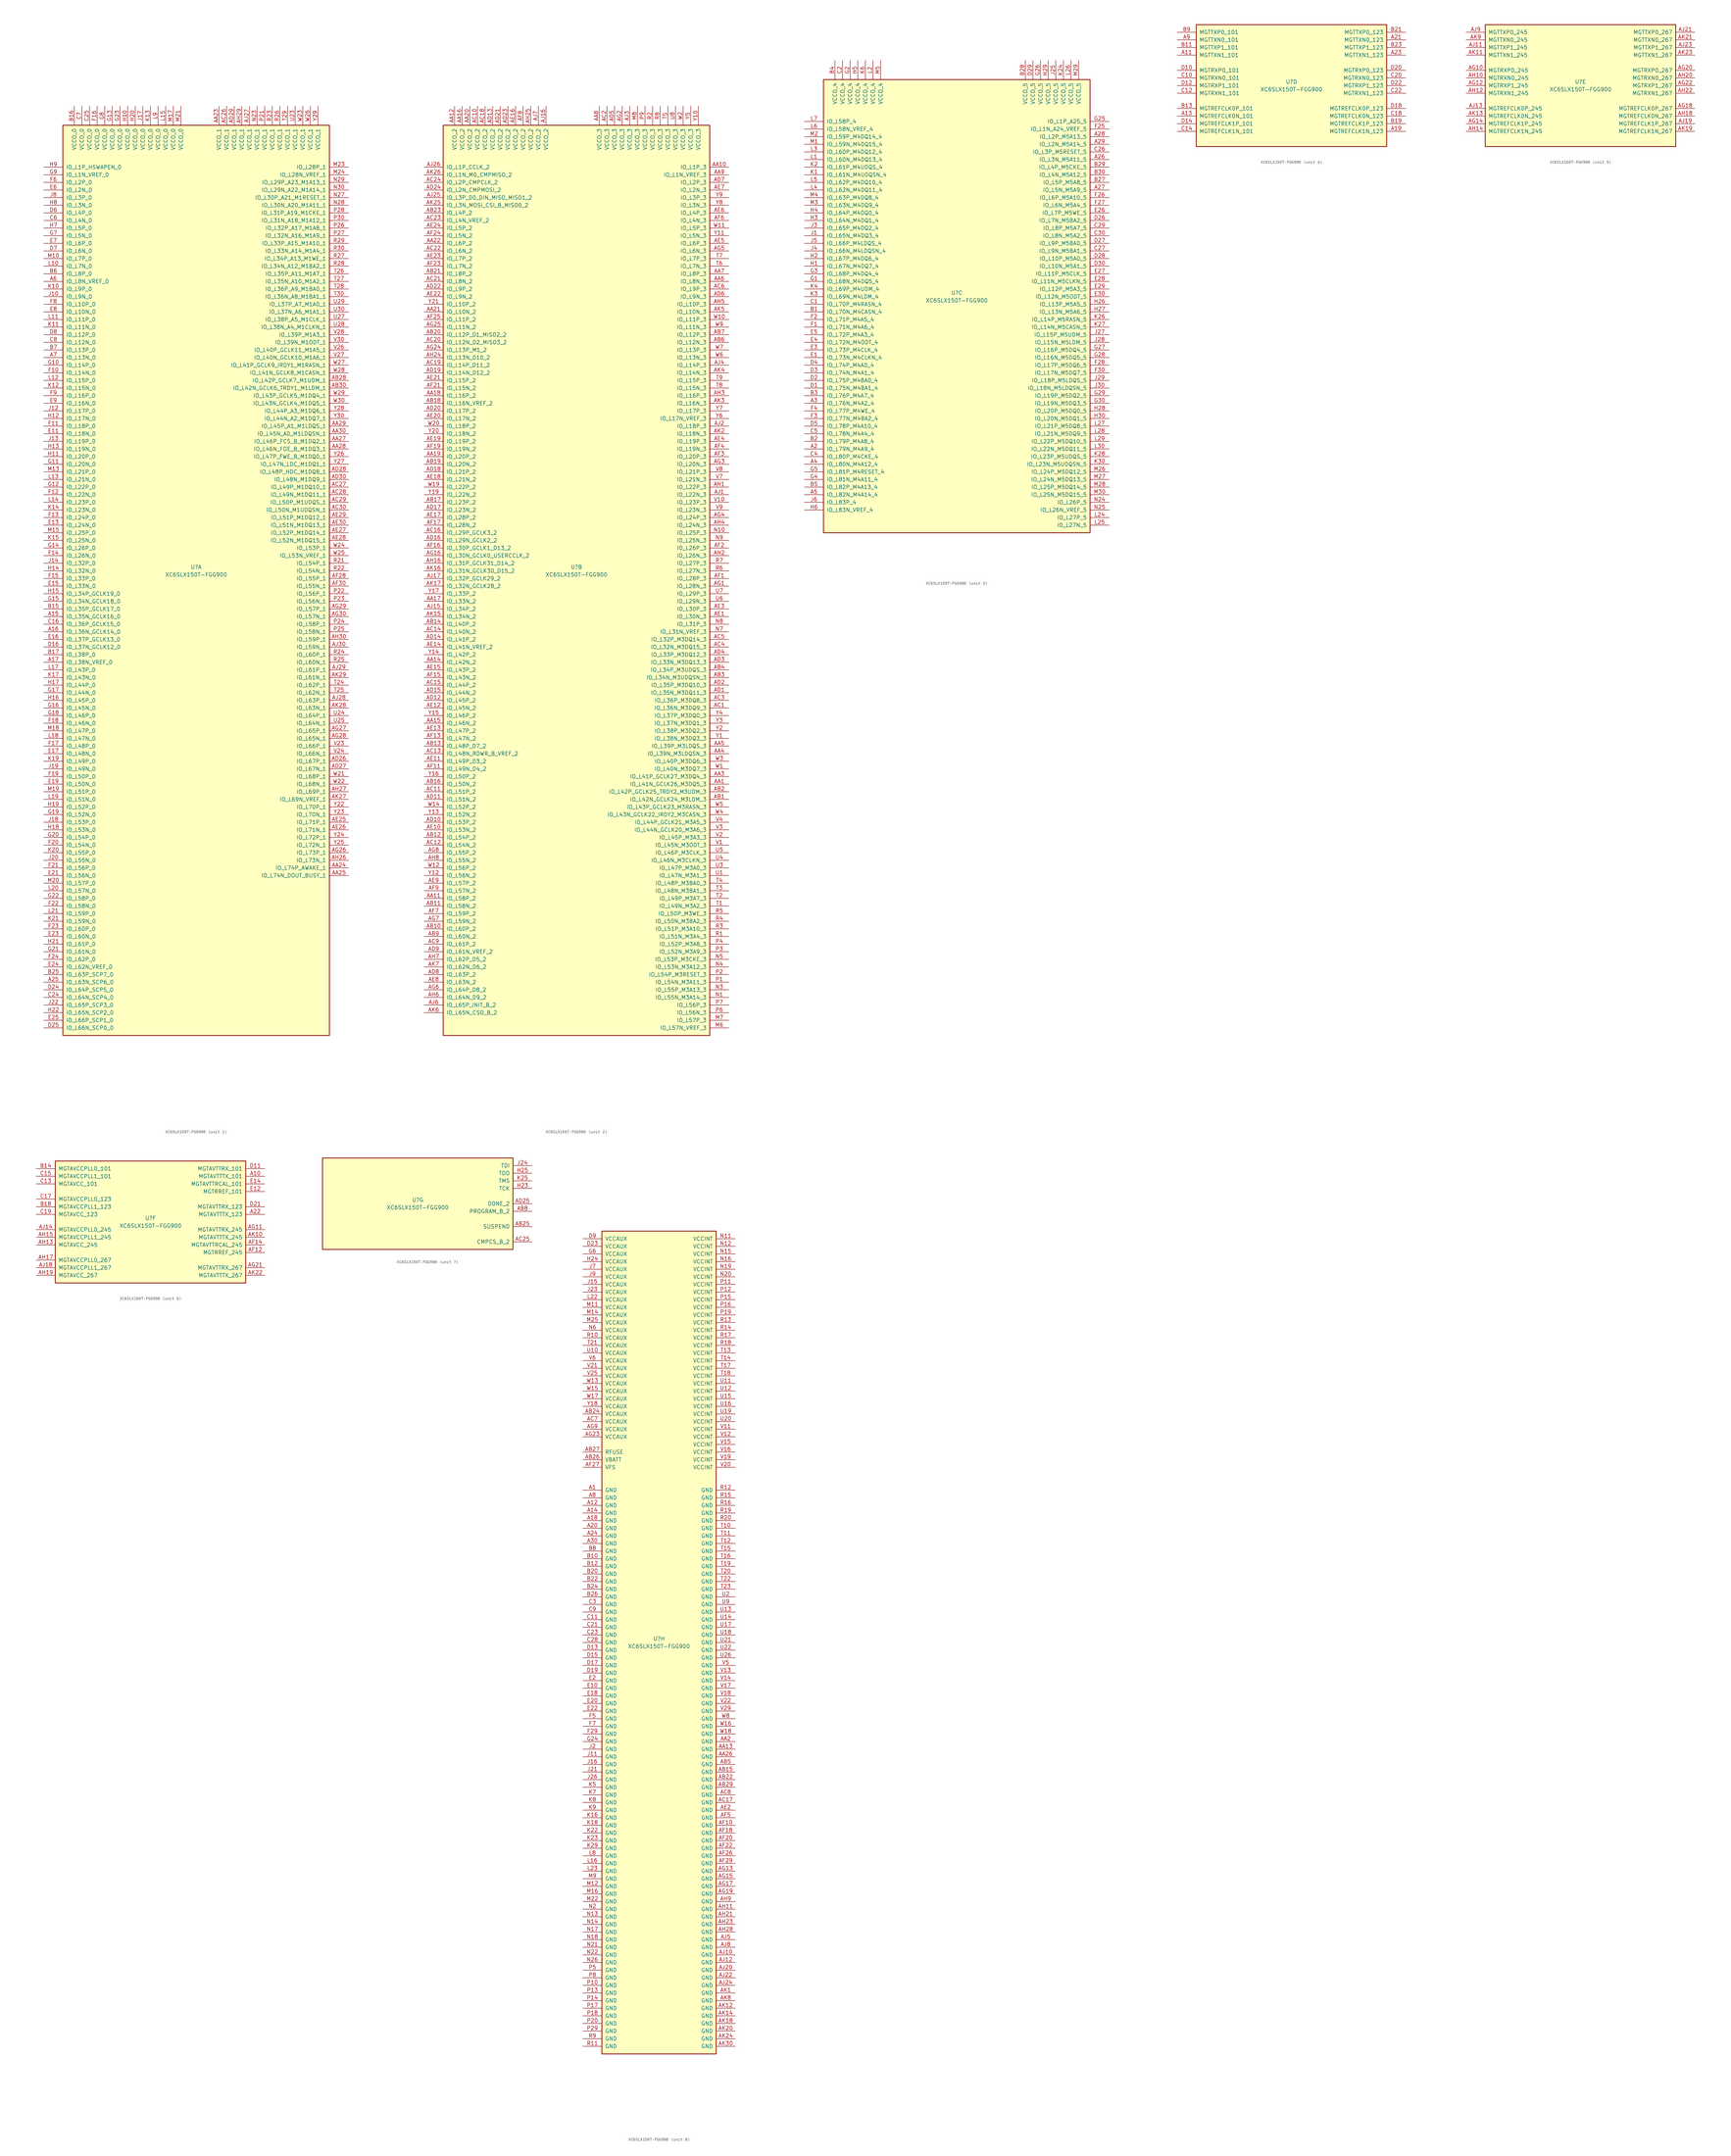
<source format=kicad_sym>
(kicad_symbol_lib
  (version 20220914)
  (generator kicad_symbol_editor)
  (symbol "XC6SLX150T-FGG900"
    (pin_names
      (offset 1.016))
    (property "Reference" "U"
      (at 0 1.27 0)
      (effects (font (size 1.27 1.27))))
    (property "Value" "XC6SLX150T-FGG900"
      (at 0 -1.27 0)
      (effects (font (size 1.27 1.27))))
    (property "Datasheet" ""
      (at 0 0 0)
      (effects (font (size 1.27 1.27))))
    (property "ki_locked" ""
      (at 0 0 0)
      (effects (font (size 1.27 1.27))))
    (symbol "XC6SLX150T-FGG900_1_1"
      (rectangle (start -44.45 148.59) (end 44.45 -154.94) (stroke (width 0.254) (type default)) (fill (type background)))
      (pin bidirectional line (at -50.8 -15.24 0) (length 6.35) (name "IO_L35N_GCLK16_0" (effects (font (size 1.27 1.27)))) (number "A15" (effects (font (size 1.27 1.27)))))
      (pin bidirectional line (at -50.8 -20.32 0) (length 6.35) (name "IO_L36N_GCLK14_0" (effects (font (size 1.27 1.27)))) (number "A16" (effects (font (size 1.27 1.27)))))
      (pin bidirectional line (at -50.8 -30.48 0) (length 6.35) (name "IO_L38N_VREF_0" (effects (font (size 1.27 1.27)))) (number "A17" (effects (font (size 1.27 1.27)))))
      (pin bidirectional line (at -50.8 -137.16 0) (length 6.35) (name "IO_L63N_SCP6_0" (effects (font (size 1.27 1.27)))) (number "A25" (effects (font (size 1.27 1.27)))))
      (pin bidirectional line (at -50.8 96.52 0) (length 6.35) (name "IO_L8N_VREF_0" (effects (font (size 1.27 1.27)))) (number "A6" (effects (font (size 1.27 1.27)))))
      (pin bidirectional line (at -50.8 71.12 0) (length 6.35) (name "IO_L13N_0" (effects (font (size 1.27 1.27)))) (number "A7" (effects (font (size 1.27 1.27)))))
      (pin power_in line (at 7.62 154.94 270) (length 6.35) (name "VCCO_1" (effects (font (size 1.27 1.27)))) (number "AA23" (effects (font (size 1.27 1.27)))))
      (pin bidirectional line (at 50.8 -99.06 180) (length 6.35) (name "IO_L74P_AWAKE_1" (effects (font (size 1.27 1.27)))) (number "AA24" (effects (font (size 1.27 1.27)))))
      (pin bidirectional line (at 50.8 -101.6 180) (length 6.35) (name "IO_L74N_DOUT_BUSY_1" (effects (font (size 1.27 1.27)))) (number "AA25" (effects (font (size 1.27 1.27)))))
      (pin bidirectional line (at 50.8 43.18 180) (length 6.35) (name "IO_L46P_FCS_B_M1DQ2_1" (effects (font (size 1.27 1.27)))) (number "AA27" (effects (font (size 1.27 1.27)))))
      (pin bidirectional line (at 50.8 40.64 180) (length 6.35) (name "IO_L46N_FOE_B_M1DQ3_1" (effects (font (size 1.27 1.27)))) (number "AA28" (effects (font (size 1.27 1.27)))))
      (pin bidirectional line (at 50.8 48.26 180) (length 6.35) (name "IO_L45P_A1_M1LDQS_1" (effects (font (size 1.27 1.27)))) (number "AA29" (effects (font (size 1.27 1.27)))))
      (pin bidirectional line (at 50.8 45.72 180) (length 6.35) (name "IO_L45N_A0_M1LDQSN_1" (effects (font (size 1.27 1.27)))) (number "AA30" (effects (font (size 1.27 1.27)))))
      (pin bidirectional line (at 50.8 63.5 180) (length 6.35) (name "IO_L42P_GCLK7_M1UDM_1" (effects (font (size 1.27 1.27)))) (number "AB28" (effects (font (size 1.27 1.27)))))
      (pin bidirectional line (at 50.8 60.96 180) (length 6.35) (name "IO_L42N_GCLK6_TRDY1_M1LDM_1" (effects (font (size 1.27 1.27)))) (number "AB30" (effects (font (size 1.27 1.27)))))
      (pin power_in line (at 10.16 154.94 270) (length 6.35) (name "VCCO_1" (effects (font (size 1.27 1.27)))) (number "AC26" (effects (font (size 1.27 1.27)))))
      (pin bidirectional line (at 50.8 27.94 180) (length 6.35) (name "IO_L49P_M1DQ10_1" (effects (font (size 1.27 1.27)))) (number "AC27" (effects (font (size 1.27 1.27)))))
      (pin bidirectional line (at 50.8 25.4 180) (length 6.35) (name "IO_L49N_M1DQ11_1" (effects (font (size 1.27 1.27)))) (number "AC28" (effects (font (size 1.27 1.27)))))
      (pin bidirectional line (at 50.8 22.86 180) (length 6.35) (name "IO_L50P_M1UDQS_1" (effects (font (size 1.27 1.27)))) (number "AC29" (effects (font (size 1.27 1.27)))))
      (pin bidirectional line (at 50.8 20.32 180) (length 6.35) (name "IO_L50N_M1UDQSN_1" (effects (font (size 1.27 1.27)))) (number "AC30" (effects (font (size 1.27 1.27)))))
      (pin bidirectional line (at 50.8 -63.5 180) (length 6.35) (name "IO_L67P_1" (effects (font (size 1.27 1.27)))) (number "AD26" (effects (font (size 1.27 1.27)))))
      (pin bidirectional line (at 50.8 -66.04 180) (length 6.35) (name "IO_L67N_1" (effects (font (size 1.27 1.27)))) (number "AD27" (effects (font (size 1.27 1.27)))))
      (pin bidirectional line (at 50.8 33.02 180) (length 6.35) (name "IO_L48P_HDC_M1DQ8_1" (effects (font (size 1.27 1.27)))) (number "AD28" (effects (font (size 1.27 1.27)))))
      (pin power_in line (at 12.7 154.94 270) (length 6.35) (name "VCCO_1" (effects (font (size 1.27 1.27)))) (number "AD29" (effects (font (size 1.27 1.27)))))
      (pin bidirectional line (at 50.8 30.48 180) (length 6.35) (name "IO_L48N_M1DQ9_1" (effects (font (size 1.27 1.27)))) (number "AD30" (effects (font (size 1.27 1.27)))))
      (pin bidirectional line (at 50.8 -83.82 180) (length 6.35) (name "IO_L71P_1" (effects (font (size 1.27 1.27)))) (number "AE25" (effects (font (size 1.27 1.27)))))
      (pin bidirectional line (at 50.8 -86.36 180) (length 6.35) (name "IO_L71N_1" (effects (font (size 1.27 1.27)))) (number "AE26" (effects (font (size 1.27 1.27)))))
      (pin bidirectional line (at 50.8 12.7 180) (length 6.35) (name "IO_L52P_M1DQ14_1" (effects (font (size 1.27 1.27)))) (number "AE27" (effects (font (size 1.27 1.27)))))
      (pin bidirectional line (at 50.8 10.16 180) (length 6.35) (name "IO_L52N_M1DQ15_1" (effects (font (size 1.27 1.27)))) (number "AE28" (effects (font (size 1.27 1.27)))))
      (pin bidirectional line (at 50.8 17.78 180) (length 6.35) (name "IO_L51P_M1DQ12_1" (effects (font (size 1.27 1.27)))) (number "AE29" (effects (font (size 1.27 1.27)))))
      (pin bidirectional line (at 50.8 15.24 180) (length 6.35) (name "IO_L51N_M1DQ13_1" (effects (font (size 1.27 1.27)))) (number "AE30" (effects (font (size 1.27 1.27)))))
      (pin bidirectional line (at 50.8 -2.54 180) (length 6.35) (name "IO_L55P_1" (effects (font (size 1.27 1.27)))) (number "AF28" (effects (font (size 1.27 1.27)))))
      (pin bidirectional line (at 50.8 -5.08 180) (length 6.35) (name "IO_L55N_1" (effects (font (size 1.27 1.27)))) (number "AF30" (effects (font (size 1.27 1.27)))))
      (pin bidirectional line (at 50.8 -93.98 180) (length 6.35) (name "IO_L73P_1" (effects (font (size 1.27 1.27)))) (number "AG26" (effects (font (size 1.27 1.27)))))
      (pin bidirectional line (at 50.8 -53.34 180) (length 6.35) (name "IO_L65P_1" (effects (font (size 1.27 1.27)))) (number "AG27" (effects (font (size 1.27 1.27)))))
      (pin bidirectional line (at 50.8 -55.88 180) (length 6.35) (name "IO_L65N_1" (effects (font (size 1.27 1.27)))) (number "AG28" (effects (font (size 1.27 1.27)))))
      (pin bidirectional line (at 50.8 -12.7 180) (length 6.35) (name "IO_L57P_1" (effects (font (size 1.27 1.27)))) (number "AG29" (effects (font (size 1.27 1.27)))))
      (pin bidirectional line (at 50.8 -15.24 180) (length 6.35) (name "IO_L57N_1" (effects (font (size 1.27 1.27)))) (number "AG30" (effects (font (size 1.27 1.27)))))
      (pin bidirectional line (at 50.8 -96.52 180) (length 6.35) (name "IO_L73N_1" (effects (font (size 1.27 1.27)))) (number "AH26" (effects (font (size 1.27 1.27)))))
      (pin bidirectional line (at 50.8 -73.66 180) (length 6.35) (name "IO_L69P_1" (effects (font (size 1.27 1.27)))) (number "AH27" (effects (font (size 1.27 1.27)))))
      (pin power_in line (at 15.24 154.94 270) (length 6.35) (name "VCCO_1" (effects (font (size 1.27 1.27)))) (number "AH29" (effects (font (size 1.27 1.27)))))
      (pin bidirectional line (at 50.8 -22.86 180) (length 6.35) (name "IO_L59P_1" (effects (font (size 1.27 1.27)))) (number "AH30" (effects (font (size 1.27 1.27)))))
      (pin power_in line (at 17.78 154.94 270) (length 6.35) (name "VCCO_1" (effects (font (size 1.27 1.27)))) (number "AJ27" (effects (font (size 1.27 1.27)))))
      (pin bidirectional line (at 50.8 -43.18 180) (length 6.35) (name "IO_L63P_1" (effects (font (size 1.27 1.27)))) (number "AJ28" (effects (font (size 1.27 1.27)))))
      (pin bidirectional line (at 50.8 -33.02 180) (length 6.35) (name "IO_L61P_1" (effects (font (size 1.27 1.27)))) (number "AJ29" (effects (font (size 1.27 1.27)))))
      (pin bidirectional line (at 50.8 -25.4 180) (length 6.35) (name "IO_L59N_1" (effects (font (size 1.27 1.27)))) (number "AJ30" (effects (font (size 1.27 1.27)))))
      (pin bidirectional line (at 50.8 -76.2 180) (length 6.35) (name "IO_L69N_VREF_1" (effects (font (size 1.27 1.27)))) (number "AK27" (effects (font (size 1.27 1.27)))))
      (pin bidirectional line (at 50.8 -45.72 180) (length 6.35) (name "IO_L63N_1" (effects (font (size 1.27 1.27)))) (number "AK28" (effects (font (size 1.27 1.27)))))
      (pin bidirectional line (at 50.8 -35.56 180) (length 6.35) (name "IO_L61N_1" (effects (font (size 1.27 1.27)))) (number "AK29" (effects (font (size 1.27 1.27)))))
      (pin bidirectional line (at -50.8 -12.7 0) (length 6.35) (name "IO_L35P_GCLK17_0" (effects (font (size 1.27 1.27)))) (number "B15" (effects (font (size 1.27 1.27)))))
      (pin power_in line (at -40.64 154.94 270) (length 6.35) (name "VCCO_0" (effects (font (size 1.27 1.27)))) (number "B16" (effects (font (size 1.27 1.27)))))
      (pin bidirectional line (at -50.8 -27.94 0) (length 6.35) (name "IO_L38P_0" (effects (font (size 1.27 1.27)))) (number "B17" (effects (font (size 1.27 1.27)))))
      (pin bidirectional line (at -50.8 -134.62 0) (length 6.35) (name "IO_L63P_SCP7_0" (effects (font (size 1.27 1.27)))) (number "B25" (effects (font (size 1.27 1.27)))))
      (pin bidirectional line (at -50.8 99.06 0) (length 6.35) (name "IO_L8P_0" (effects (font (size 1.27 1.27)))) (number "B6" (effects (font (size 1.27 1.27)))))
      (pin bidirectional line (at -50.8 73.66 0) (length 6.35) (name "IO_L13P_0" (effects (font (size 1.27 1.27)))) (number "B7" (effects (font (size 1.27 1.27)))))
      (pin bidirectional line (at -50.8 -17.78 0) (length 6.35) (name "IO_L36P_GCLK15_0" (effects (font (size 1.27 1.27)))) (number "C16" (effects (font (size 1.27 1.27)))))
      (pin bidirectional line (at -50.8 -142.24 0) (length 6.35) (name "IO_L64N_SCP4_0" (effects (font (size 1.27 1.27)))) (number "C24" (effects (font (size 1.27 1.27)))))
      (pin power_in line (at -35.56 154.94 270) (length 6.35) (name "VCCO_0" (effects (font (size 1.27 1.27)))) (number "C25" (effects (font (size 1.27 1.27)))))
      (pin bidirectional line (at -50.8 116.84 0) (length 6.35) (name "IO_L4N_0" (effects (font (size 1.27 1.27)))) (number "C6" (effects (font (size 1.27 1.27)))))
      (pin power_in line (at -38.1 154.94 270) (length 6.35) (name "VCCO_0" (effects (font (size 1.27 1.27)))) (number "C7" (effects (font (size 1.27 1.27)))))
      (pin bidirectional line (at -50.8 76.2 0) (length 6.35) (name "IO_L12N_0" (effects (font (size 1.27 1.27)))) (number "C8" (effects (font (size 1.27 1.27)))))
      (pin bidirectional line (at -50.8 -25.4 0) (length 6.35) (name "IO_L37N_GCLK12_0" (effects (font (size 1.27 1.27)))) (number "D16" (effects (font (size 1.27 1.27)))))
      (pin bidirectional line (at -50.8 -139.7 0) (length 6.35) (name "IO_L64P_SCP5_0" (effects (font (size 1.27 1.27)))) (number "D24" (effects (font (size 1.27 1.27)))))
      (pin bidirectional line (at -50.8 -152.4 0) (length 6.35) (name "IO_L66N_SCP0_0" (effects (font (size 1.27 1.27)))) (number "D25" (effects (font (size 1.27 1.27)))))
      (pin bidirectional line (at -50.8 119.38 0) (length 6.35) (name "IO_L4P_0" (effects (font (size 1.27 1.27)))) (number "D6" (effects (font (size 1.27 1.27)))))
      (pin bidirectional line (at -50.8 106.68 0) (length 6.35) (name "IO_L6N_0" (effects (font (size 1.27 1.27)))) (number "D7" (effects (font (size 1.27 1.27)))))
      (pin bidirectional line (at -50.8 78.74 0) (length 6.35) (name "IO_L12P_0" (effects (font (size 1.27 1.27)))) (number "D8" (effects (font (size 1.27 1.27)))))
      (pin bidirectional line (at -50.8 45.72 0) (length 6.35) (name "IO_L18N_0" (effects (font (size 1.27 1.27)))) (number "E11" (effects (font (size 1.27 1.27)))))
      (pin bidirectional line (at -50.8 15.24 0) (length 6.35) (name "IO_L24N_0" (effects (font (size 1.27 1.27)))) (number "E13" (effects (font (size 1.27 1.27)))))
      (pin bidirectional line (at -50.8 -5.08 0) (length 6.35) (name "IO_L33N_0" (effects (font (size 1.27 1.27)))) (number "E15" (effects (font (size 1.27 1.27)))))
      (pin bidirectional line (at -50.8 -22.86 0) (length 6.35) (name "IO_L37P_GCLK13_0" (effects (font (size 1.27 1.27)))) (number "E16" (effects (font (size 1.27 1.27)))))
      (pin bidirectional line (at -50.8 -60.96 0) (length 6.35) (name "IO_L48N_0" (effects (font (size 1.27 1.27)))) (number "E17" (effects (font (size 1.27 1.27)))))
      (pin bidirectional line (at -50.8 -71.12 0) (length 6.35) (name "IO_L50N_0" (effects (font (size 1.27 1.27)))) (number "E19" (effects (font (size 1.27 1.27)))))
      (pin bidirectional line (at -50.8 -101.6 0) (length 6.35) (name "IO_L56N_0" (effects (font (size 1.27 1.27)))) (number "E21" (effects (font (size 1.27 1.27)))))
      (pin bidirectional line (at -50.8 -121.92 0) (length 6.35) (name "IO_L60N_0" (effects (font (size 1.27 1.27)))) (number "E23" (effects (font (size 1.27 1.27)))))
      (pin bidirectional line (at -50.8 -132.08 0) (length 6.35) (name "IO_L62N_VREF_0" (effects (font (size 1.27 1.27)))) (number "E24" (effects (font (size 1.27 1.27)))))
      (pin bidirectional line (at -50.8 -149.86 0) (length 6.35) (name "IO_L66P_SCP1_0" (effects (font (size 1.27 1.27)))) (number "E25" (effects (font (size 1.27 1.27)))))
      (pin bidirectional line (at -50.8 127 0) (length 6.35) (name "IO_L2N_0" (effects (font (size 1.27 1.27)))) (number "E6" (effects (font (size 1.27 1.27)))))
      (pin bidirectional line (at -50.8 109.22 0) (length 6.35) (name "IO_L6P_0" (effects (font (size 1.27 1.27)))) (number "E7" (effects (font (size 1.27 1.27)))))
      (pin bidirectional line (at -50.8 86.36 0) (length 6.35) (name "IO_L10N_0" (effects (font (size 1.27 1.27)))) (number "E8" (effects (font (size 1.27 1.27)))))
      (pin bidirectional line (at -50.8 55.88 0) (length 6.35) (name "IO_L16N_0" (effects (font (size 1.27 1.27)))) (number "E9" (effects (font (size 1.27 1.27)))))
      (pin bidirectional line (at -50.8 66.04 0) (length 6.35) (name "IO_L14N_0" (effects (font (size 1.27 1.27)))) (number "F10" (effects (font (size 1.27 1.27)))))
      (pin bidirectional line (at -50.8 48.26 0) (length 6.35) (name "IO_L18P_0" (effects (font (size 1.27 1.27)))) (number "F11" (effects (font (size 1.27 1.27)))))
      (pin bidirectional line (at -50.8 25.4 0) (length 6.35) (name "IO_L22N_0" (effects (font (size 1.27 1.27)))) (number "F12" (effects (font (size 1.27 1.27)))))
      (pin bidirectional line (at -50.8 17.78 0) (length 6.35) (name "IO_L24P_0" (effects (font (size 1.27 1.27)))) (number "F13" (effects (font (size 1.27 1.27)))))
      (pin bidirectional line (at -50.8 5.08 0) (length 6.35) (name "IO_L26N_0" (effects (font (size 1.27 1.27)))) (number "F14" (effects (font (size 1.27 1.27)))))
      (pin bidirectional line (at -50.8 -2.54 0) (length 6.35) (name "IO_L33P_0" (effects (font (size 1.27 1.27)))) (number "F15" (effects (font (size 1.27 1.27)))))
      (pin power_in line (at -33.02 154.94 270) (length 6.35) (name "VCCO_0" (effects (font (size 1.27 1.27)))) (number "F16" (effects (font (size 1.27 1.27)))))
      (pin bidirectional line (at -50.8 -58.42 0) (length 6.35) (name "IO_L48P_0" (effects (font (size 1.27 1.27)))) (number "F17" (effects (font (size 1.27 1.27)))))
      (pin bidirectional line (at -50.8 -50.8 0) (length 6.35) (name "IO_L46N_0" (effects (font (size 1.27 1.27)))) (number "F18" (effects (font (size 1.27 1.27)))))
      (pin bidirectional line (at -50.8 -68.58 0) (length 6.35) (name "IO_L50P_0" (effects (font (size 1.27 1.27)))) (number "F19" (effects (font (size 1.27 1.27)))))
      (pin bidirectional line (at -50.8 -91.44 0) (length 6.35) (name "IO_L54N_0" (effects (font (size 1.27 1.27)))) (number "F20" (effects (font (size 1.27 1.27)))))
      (pin bidirectional line (at -50.8 -99.06 0) (length 6.35) (name "IO_L56P_0" (effects (font (size 1.27 1.27)))) (number "F21" (effects (font (size 1.27 1.27)))))
      (pin bidirectional line (at -50.8 -111.76 0) (length 6.35) (name "IO_L58N_0" (effects (font (size 1.27 1.27)))) (number "F22" (effects (font (size 1.27 1.27)))))
      (pin bidirectional line (at -50.8 -119.38 0) (length 6.35) (name "IO_L60P_0" (effects (font (size 1.27 1.27)))) (number "F23" (effects (font (size 1.27 1.27)))))
      (pin bidirectional line (at -50.8 -129.54 0) (length 6.35) (name "IO_L62P_0" (effects (font (size 1.27 1.27)))) (number "F24" (effects (font (size 1.27 1.27)))))
      (pin bidirectional line (at -50.8 129.54 0) (length 6.35) (name "IO_L2P_0" (effects (font (size 1.27 1.27)))) (number "F6" (effects (font (size 1.27 1.27)))))
      (pin bidirectional line (at -50.8 88.9 0) (length 6.35) (name "IO_L10P_0" (effects (font (size 1.27 1.27)))) (number "F8" (effects (font (size 1.27 1.27)))))
      (pin bidirectional line (at -50.8 58.42 0) (length 6.35) (name "IO_L16P_0" (effects (font (size 1.27 1.27)))) (number "F9" (effects (font (size 1.27 1.27)))))
      (pin bidirectional line (at -50.8 68.58 0) (length 6.35) (name "IO_L14P_0" (effects (font (size 1.27 1.27)))) (number "G10" (effects (font (size 1.27 1.27)))))
      (pin bidirectional line (at -50.8 35.56 0) (length 6.35) (name "IO_L20N_0" (effects (font (size 1.27 1.27)))) (number "G11" (effects (font (size 1.27 1.27)))))
      (pin bidirectional line (at -50.8 27.94 0) (length 6.35) (name "IO_L22P_0" (effects (font (size 1.27 1.27)))) (number "G12" (effects (font (size 1.27 1.27)))))
      (pin power_in line (at -27.94 154.94 270) (length 6.35) (name "VCCO_0" (effects (font (size 1.27 1.27)))) (number "G13" (effects (font (size 1.27 1.27)))))
      (pin bidirectional line (at -50.8 7.62 0) (length 6.35) (name "IO_L26P_0" (effects (font (size 1.27 1.27)))) (number "G14" (effects (font (size 1.27 1.27)))))
      (pin bidirectional line (at -50.8 -10.16 0) (length 6.35) (name "IO_L34N_GCLK18_0" (effects (font (size 1.27 1.27)))) (number "G15" (effects (font (size 1.27 1.27)))))
      (pin bidirectional line (at -50.8 -45.72 0) (length 6.35) (name "IO_L45N_0" (effects (font (size 1.27 1.27)))) (number "G16" (effects (font (size 1.27 1.27)))))
      (pin bidirectional line (at -50.8 -40.64 0) (length 6.35) (name "IO_L44N_0" (effects (font (size 1.27 1.27)))) (number "G17" (effects (font (size 1.27 1.27)))))
      (pin bidirectional line (at -50.8 -48.26 0) (length 6.35) (name "IO_L46P_0" (effects (font (size 1.27 1.27)))) (number "G18" (effects (font (size 1.27 1.27)))))
      (pin bidirectional line (at -50.8 -81.28 0) (length 6.35) (name "IO_L52N_0" (effects (font (size 1.27 1.27)))) (number "G19" (effects (font (size 1.27 1.27)))))
      (pin bidirectional line (at -50.8 -88.9 0) (length 6.35) (name "IO_L54P_0" (effects (font (size 1.27 1.27)))) (number "G20" (effects (font (size 1.27 1.27)))))
      (pin bidirectional line (at -50.8 -127 0) (length 6.35) (name "IO_L61N_0" (effects (font (size 1.27 1.27)))) (number "G21" (effects (font (size 1.27 1.27)))))
      (pin bidirectional line (at -50.8 -109.22 0) (length 6.35) (name "IO_L58P_0" (effects (font (size 1.27 1.27)))) (number "G22" (effects (font (size 1.27 1.27)))))
      (pin power_in line (at -25.4 154.94 270) (length 6.35) (name "VCCO_0" (effects (font (size 1.27 1.27)))) (number "G23" (effects (font (size 1.27 1.27)))))
      (pin bidirectional line (at -50.8 111.76 0) (length 6.35) (name "IO_L5N_0" (effects (font (size 1.27 1.27)))) (number "G7" (effects (font (size 1.27 1.27)))))
      (pin power_in line (at -30.48 154.94 270) (length 6.35) (name "VCCO_0" (effects (font (size 1.27 1.27)))) (number "G8" (effects (font (size 1.27 1.27)))))
      (pin bidirectional line (at -50.8 132.08 0) (length 6.35) (name "IO_L1N_VREF_0" (effects (font (size 1.27 1.27)))) (number "G9" (effects (font (size 1.27 1.27)))))
      (pin power_in line (at -22.86 154.94 270) (length 6.35) (name "VCCO_0" (effects (font (size 1.27 1.27)))) (number "H10" (effects (font (size 1.27 1.27)))))
      (pin bidirectional line (at -50.8 38.1 0) (length 6.35) (name "IO_L20P_0" (effects (font (size 1.27 1.27)))) (number "H11" (effects (font (size 1.27 1.27)))))
      (pin bidirectional line (at -50.8 50.8 0) (length 6.35) (name "IO_L17N_0" (effects (font (size 1.27 1.27)))) (number "H12" (effects (font (size 1.27 1.27)))))
      (pin bidirectional line (at -50.8 40.64 0) (length 6.35) (name "IO_L19N_0" (effects (font (size 1.27 1.27)))) (number "H13" (effects (font (size 1.27 1.27)))))
      (pin bidirectional line (at -50.8 0 0) (length 6.35) (name "IO_L32N_0" (effects (font (size 1.27 1.27)))) (number "H14" (effects (font (size 1.27 1.27)))))
      (pin bidirectional line (at -50.8 -7.62 0) (length 6.35) (name "IO_L34P_GCLK19_0" (effects (font (size 1.27 1.27)))) (number "H15" (effects (font (size 1.27 1.27)))))
      (pin bidirectional line (at -50.8 -43.18 0) (length 6.35) (name "IO_L45P_0" (effects (font (size 1.27 1.27)))) (number "H16" (effects (font (size 1.27 1.27)))))
      (pin bidirectional line (at -50.8 -38.1 0) (length 6.35) (name "IO_L44P_0" (effects (font (size 1.27 1.27)))) (number "H17" (effects (font (size 1.27 1.27)))))
      (pin bidirectional line (at -50.8 -86.36 0) (length 6.35) (name "IO_L53N_0" (effects (font (size 1.27 1.27)))) (number "H18" (effects (font (size 1.27 1.27)))))
      (pin bidirectional line (at -50.8 -78.74 0) (length 6.35) (name "IO_L52P_0" (effects (font (size 1.27 1.27)))) (number "H19" (effects (font (size 1.27 1.27)))))
      (pin power_in line (at -20.32 154.94 270) (length 6.35) (name "VCCO_0" (effects (font (size 1.27 1.27)))) (number "H20" (effects (font (size 1.27 1.27)))))
      (pin bidirectional line (at -50.8 -124.46 0) (length 6.35) (name "IO_L61P_0" (effects (font (size 1.27 1.27)))) (number "H21" (effects (font (size 1.27 1.27)))))
      (pin bidirectional line (at -50.8 -147.32 0) (length 6.35) (name "IO_L65N_SCP2_0" (effects (font (size 1.27 1.27)))) (number "H22" (effects (font (size 1.27 1.27)))))
      (pin bidirectional line (at -50.8 114.3 0) (length 6.35) (name "IO_L5P_0" (effects (font (size 1.27 1.27)))) (number "H7" (effects (font (size 1.27 1.27)))))
      (pin bidirectional line (at -50.8 121.92 0) (length 6.35) (name "IO_L3N_0" (effects (font (size 1.27 1.27)))) (number "H8" (effects (font (size 1.27 1.27)))))
      (pin bidirectional line (at -50.8 134.62 0) (length 6.35) (name "IO_L1P_HSWAPEN_0" (effects (font (size 1.27 1.27)))) (number "H9" (effects (font (size 1.27 1.27)))))
      (pin bidirectional line (at -50.8 91.44 0) (length 6.35) (name "IO_L9N_0" (effects (font (size 1.27 1.27)))) (number "J10" (effects (font (size 1.27 1.27)))))
      (pin bidirectional line (at -50.8 53.34 0) (length 6.35) (name "IO_L17P_0" (effects (font (size 1.27 1.27)))) (number "J12" (effects (font (size 1.27 1.27)))))
      (pin bidirectional line (at -50.8 43.18 0) (length 6.35) (name "IO_L19P_0" (effects (font (size 1.27 1.27)))) (number "J13" (effects (font (size 1.27 1.27)))))
      (pin bidirectional line (at -50.8 2.54 0) (length 6.35) (name "IO_L32P_0" (effects (font (size 1.27 1.27)))) (number "J14" (effects (font (size 1.27 1.27)))))
      (pin power_in line (at -17.78 154.94 270) (length 6.35) (name "VCCO_0" (effects (font (size 1.27 1.27)))) (number "J17" (effects (font (size 1.27 1.27)))))
      (pin bidirectional line (at -50.8 -83.82 0) (length 6.35) (name "IO_L53P_0" (effects (font (size 1.27 1.27)))) (number "J18" (effects (font (size 1.27 1.27)))))
      (pin bidirectional line (at -50.8 -66.04 0) (length 6.35) (name "IO_L49N_0" (effects (font (size 1.27 1.27)))) (number "J19" (effects (font (size 1.27 1.27)))))
      (pin bidirectional line (at -50.8 -96.52 0) (length 6.35) (name "IO_L55N_0" (effects (font (size 1.27 1.27)))) (number "J20" (effects (font (size 1.27 1.27)))))
      (pin bidirectional line (at -50.8 -144.78 0) (length 6.35) (name "IO_L65P_SCP3_0" (effects (font (size 1.27 1.27)))) (number "J22" (effects (font (size 1.27 1.27)))))
      (pin bidirectional line (at -50.8 124.46 0) (length 6.35) (name "IO_L3P_0" (effects (font (size 1.27 1.27)))) (number "J8" (effects (font (size 1.27 1.27)))))
      (pin bidirectional line (at -50.8 93.98 0) (length 6.35) (name "IO_L9P_0" (effects (font (size 1.27 1.27)))) (number "K10" (effects (font (size 1.27 1.27)))))
      (pin bidirectional line (at -50.8 81.28 0) (length 6.35) (name "IO_L11N_0" (effects (font (size 1.27 1.27)))) (number "K11" (effects (font (size 1.27 1.27)))))
      (pin bidirectional line (at -50.8 60.96 0) (length 6.35) (name "IO_L15N_0" (effects (font (size 1.27 1.27)))) (number "K12" (effects (font (size 1.27 1.27)))))
      (pin power_in line (at -15.24 154.94 270) (length 6.35) (name "VCCO_0" (effects (font (size 1.27 1.27)))) (number "K13" (effects (font (size 1.27 1.27)))))
      (pin bidirectional line (at -50.8 20.32 0) (length 6.35) (name "IO_L23N_0" (effects (font (size 1.27 1.27)))) (number "K14" (effects (font (size 1.27 1.27)))))
      (pin bidirectional line (at -50.8 10.16 0) (length 6.35) (name "IO_L25N_0" (effects (font (size 1.27 1.27)))) (number "K15" (effects (font (size 1.27 1.27)))))
      (pin bidirectional line (at -50.8 -35.56 0) (length 6.35) (name "IO_L43N_0" (effects (font (size 1.27 1.27)))) (number "K17" (effects (font (size 1.27 1.27)))))
      (pin bidirectional line (at -50.8 -63.5 0) (length 6.35) (name "IO_L49P_0" (effects (font (size 1.27 1.27)))) (number "K19" (effects (font (size 1.27 1.27)))))
      (pin bidirectional line (at -50.8 -93.98 0) (length 6.35) (name "IO_L55P_0" (effects (font (size 1.27 1.27)))) (number "K20" (effects (font (size 1.27 1.27)))))
      (pin bidirectional line (at -50.8 -116.84 0) (length 6.35) (name "IO_L59N_0" (effects (font (size 1.27 1.27)))) (number "K21" (effects (font (size 1.27 1.27)))))
      (pin bidirectional line (at -50.8 101.6 0) (length 6.35) (name "IO_L7N_0" (effects (font (size 1.27 1.27)))) (number "L10" (effects (font (size 1.27 1.27)))))
      (pin bidirectional line (at -50.8 83.82 0) (length 6.35) (name "IO_L11P_0" (effects (font (size 1.27 1.27)))) (number "L11" (effects (font (size 1.27 1.27)))))
      (pin bidirectional line (at -50.8 63.5 0) (length 6.35) (name "IO_L15P_0" (effects (font (size 1.27 1.27)))) (number "L12" (effects (font (size 1.27 1.27)))))
      (pin bidirectional line (at -50.8 30.48 0) (length 6.35) (name "IO_L21N_0" (effects (font (size 1.27 1.27)))) (number "L13" (effects (font (size 1.27 1.27)))))
      (pin bidirectional line (at -50.8 22.86 0) (length 6.35) (name "IO_L23P_0" (effects (font (size 1.27 1.27)))) (number "L14" (effects (font (size 1.27 1.27)))))
      (pin power_in line (at -10.16 154.94 270) (length 6.35) (name "VCCO_0" (effects (font (size 1.27 1.27)))) (number "L15" (effects (font (size 1.27 1.27)))))
      (pin bidirectional line (at -50.8 -33.02 0) (length 6.35) (name "IO_L43P_0" (effects (font (size 1.27 1.27)))) (number "L17" (effects (font (size 1.27 1.27)))))
      (pin bidirectional line (at -50.8 -55.88 0) (length 6.35) (name "IO_L47N_0" (effects (font (size 1.27 1.27)))) (number "L18" (effects (font (size 1.27 1.27)))))
      (pin bidirectional line (at -50.8 -76.2 0) (length 6.35) (name "IO_L51N_0" (effects (font (size 1.27 1.27)))) (number "L19" (effects (font (size 1.27 1.27)))))
      (pin bidirectional line (at -50.8 -106.68 0) (length 6.35) (name "IO_L57N_0" (effects (font (size 1.27 1.27)))) (number "L20" (effects (font (size 1.27 1.27)))))
      (pin bidirectional line (at -50.8 -114.3 0) (length 6.35) (name "IO_L59P_0" (effects (font (size 1.27 1.27)))) (number "L21" (effects (font (size 1.27 1.27)))))
      (pin power_in line (at -12.7 154.94 270) (length 6.35) (name "VCCO_0" (effects (font (size 1.27 1.27)))) (number "L9" (effects (font (size 1.27 1.27)))))
      (pin bidirectional line (at -50.8 104.14 0) (length 6.35) (name "IO_L7P_0" (effects (font (size 1.27 1.27)))) (number "M10" (effects (font (size 1.27 1.27)))))
      (pin bidirectional line (at -50.8 33.02 0) (length 6.35) (name "IO_L21P_0" (effects (font (size 1.27 1.27)))) (number "M13" (effects (font (size 1.27 1.27)))))
      (pin bidirectional line (at -50.8 12.7 0) (length 6.35) (name "IO_L25P_0" (effects (font (size 1.27 1.27)))) (number "M15" (effects (font (size 1.27 1.27)))))
      (pin power_in line (at -7.62 154.94 270) (length 6.35) (name "VCCO_0" (effects (font (size 1.27 1.27)))) (number "M17" (effects (font (size 1.27 1.27)))))
      (pin bidirectional line (at -50.8 -53.34 0) (length 6.35) (name "IO_L47P_0" (effects (font (size 1.27 1.27)))) (number "M18" (effects (font (size 1.27 1.27)))))
      (pin bidirectional line (at -50.8 -73.66 0) (length 6.35) (name "IO_L51P_0" (effects (font (size 1.27 1.27)))) (number "M19" (effects (font (size 1.27 1.27)))))
      (pin bidirectional line (at -50.8 -104.14 0) (length 6.35) (name "IO_L57P_0" (effects (font (size 1.27 1.27)))) (number "M20" (effects (font (size 1.27 1.27)))))
      (pin power_in line (at -5.08 154.94 270) (length 6.35) (name "VCCO_0" (effects (font (size 1.27 1.27)))) (number "M21" (effects (font (size 1.27 1.27)))))
      (pin bidirectional line (at 50.8 134.62 180) (length 6.35) (name "IO_L28P_1" (effects (font (size 1.27 1.27)))) (number "M23" (effects (font (size 1.27 1.27)))))
      (pin bidirectional line (at 50.8 132.08 180) (length 6.35) (name "IO_L28N_VREF_1" (effects (font (size 1.27 1.27)))) (number "M24" (effects (font (size 1.27 1.27)))))
      (pin power_in line (at 20.32 154.94 270) (length 6.35) (name "VCCO_1" (effects (font (size 1.27 1.27)))) (number "N23" (effects (font (size 1.27 1.27)))))
      (pin bidirectional line (at 50.8 124.46 180) (length 6.35) (name "IO_L30P_A21_M1RESET_1" (effects (font (size 1.27 1.27)))) (number "N27" (effects (font (size 1.27 1.27)))))
      (pin bidirectional line (at 50.8 121.92 180) (length 6.35) (name "IO_L30N_A20_M1A11_1" (effects (font (size 1.27 1.27)))) (number "N28" (effects (font (size 1.27 1.27)))))
      (pin bidirectional line (at 50.8 129.54 180) (length 6.35) (name "IO_L29P_A23_M1A13_1" (effects (font (size 1.27 1.27)))) (number "N29" (effects (font (size 1.27 1.27)))))
      (pin bidirectional line (at 50.8 127 180) (length 6.35) (name "IO_L29N_A22_M1A14_1" (effects (font (size 1.27 1.27)))) (number "N30" (effects (font (size 1.27 1.27)))))
      (pin power_in line (at 22.86 154.94 270) (length 6.35) (name "VCCO_1" (effects (font (size 1.27 1.27)))) (number "P21" (effects (font (size 1.27 1.27)))))
      (pin bidirectional line (at 50.8 -7.62 180) (length 6.35) (name "IO_L56P_1" (effects (font (size 1.27 1.27)))) (number "P22" (effects (font (size 1.27 1.27)))))
      (pin bidirectional line (at 50.8 -10.16 180) (length 6.35) (name "IO_L56N_1" (effects (font (size 1.27 1.27)))) (number "P23" (effects (font (size 1.27 1.27)))))
      (pin bidirectional line (at 50.8 -17.78 180) (length 6.35) (name "IO_L58P_1" (effects (font (size 1.27 1.27)))) (number "P24" (effects (font (size 1.27 1.27)))))
      (pin bidirectional line (at 50.8 -20.32 180) (length 6.35) (name "IO_L58N_1" (effects (font (size 1.27 1.27)))) (number "P25" (effects (font (size 1.27 1.27)))))
      (pin bidirectional line (at 50.8 114.3 180) (length 6.35) (name "IO_L32P_A17_M1A8_1" (effects (font (size 1.27 1.27)))) (number "P26" (effects (font (size 1.27 1.27)))))
      (pin bidirectional line (at 50.8 111.76 180) (length 6.35) (name "IO_L32N_A16_M1A9_1" (effects (font (size 1.27 1.27)))) (number "P27" (effects (font (size 1.27 1.27)))))
      (pin bidirectional line (at 50.8 119.38 180) (length 6.35) (name "IO_L31P_A19_M1CKE_1" (effects (font (size 1.27 1.27)))) (number "P28" (effects (font (size 1.27 1.27)))))
      (pin bidirectional line (at 50.8 116.84 180) (length 6.35) (name "IO_L31N_A18_M1A12_1" (effects (font (size 1.27 1.27)))) (number "P30" (effects (font (size 1.27 1.27)))))
      (pin bidirectional line (at 50.8 2.54 180) (length 6.35) (name "IO_L54P_1" (effects (font (size 1.27 1.27)))) (number "R21" (effects (font (size 1.27 1.27)))))
      (pin bidirectional line (at 50.8 0 180) (length 6.35) (name "IO_L54N_1" (effects (font (size 1.27 1.27)))) (number "R22" (effects (font (size 1.27 1.27)))))
      (pin power_in line (at 25.4 154.94 270) (length 6.35) (name "VCCO_1" (effects (font (size 1.27 1.27)))) (number "R23" (effects (font (size 1.27 1.27)))))
      (pin bidirectional line (at 50.8 -27.94 180) (length 6.35) (name "IO_L60P_1" (effects (font (size 1.27 1.27)))) (number "R24" (effects (font (size 1.27 1.27)))))
      (pin bidirectional line (at 50.8 -30.48 180) (length 6.35) (name "IO_L60N_1" (effects (font (size 1.27 1.27)))) (number "R25" (effects (font (size 1.27 1.27)))))
      (pin power_in line (at 27.94 154.94 270) (length 6.35) (name "VCCO_1" (effects (font (size 1.27 1.27)))) (number "R26" (effects (font (size 1.27 1.27)))))
      (pin bidirectional line (at 50.8 104.14 180) (length 6.35) (name "IO_L34P_A13_M1WE_1" (effects (font (size 1.27 1.27)))) (number "R27" (effects (font (size 1.27 1.27)))))
      (pin bidirectional line (at 50.8 101.6 180) (length 6.35) (name "IO_L34N_A12_M1BA2_1" (effects (font (size 1.27 1.27)))) (number "R28" (effects (font (size 1.27 1.27)))))
      (pin bidirectional line (at 50.8 109.22 180) (length 6.35) (name "IO_L33P_A15_M1A10_1" (effects (font (size 1.27 1.27)))) (number "R29" (effects (font (size 1.27 1.27)))))
      (pin bidirectional line (at 50.8 106.68 180) (length 6.35) (name "IO_L33N_A14_M1A4_1" (effects (font (size 1.27 1.27)))) (number "R30" (effects (font (size 1.27 1.27)))))
      (pin bidirectional line (at 50.8 -38.1 180) (length 6.35) (name "IO_L62P_1" (effects (font (size 1.27 1.27)))) (number "T24" (effects (font (size 1.27 1.27)))))
      (pin bidirectional line (at 50.8 -40.64 180) (length 6.35) (name "IO_L62N_1" (effects (font (size 1.27 1.27)))) (number "T25" (effects (font (size 1.27 1.27)))))
      (pin bidirectional line (at 50.8 99.06 180) (length 6.35) (name "IO_L35P_A11_M1A7_1" (effects (font (size 1.27 1.27)))) (number "T26" (effects (font (size 1.27 1.27)))))
      (pin bidirectional line (at 50.8 96.52 180) (length 6.35) (name "IO_L35N_A10_M1A2_1" (effects (font (size 1.27 1.27)))) (number "T27" (effects (font (size 1.27 1.27)))))
      (pin bidirectional line (at 50.8 93.98 180) (length 6.35) (name "IO_L36P_A9_M1BA0_1" (effects (font (size 1.27 1.27)))) (number "T28" (effects (font (size 1.27 1.27)))))
      (pin power_in line (at 30.48 154.94 270) (length 6.35) (name "VCCO_1" (effects (font (size 1.27 1.27)))) (number "T29" (effects (font (size 1.27 1.27)))))
      (pin bidirectional line (at 50.8 91.44 180) (length 6.35) (name "IO_L36N_A8_M1BA1_1" (effects (font (size 1.27 1.27)))) (number "T30" (effects (font (size 1.27 1.27)))))
      (pin power_in line (at 33.02 154.94 270) (length 6.35) (name "VCCO_1" (effects (font (size 1.27 1.27)))) (number "U23" (effects (font (size 1.27 1.27)))))
      (pin bidirectional line (at 50.8 -48.26 180) (length 6.35) (name "IO_L64P_1" (effects (font (size 1.27 1.27)))) (number "U24" (effects (font (size 1.27 1.27)))))
      (pin bidirectional line (at 50.8 -50.8 180) (length 6.35) (name "IO_L64N_1" (effects (font (size 1.27 1.27)))) (number "U25" (effects (font (size 1.27 1.27)))))
      (pin bidirectional line (at 50.8 83.82 180) (length 6.35) (name "IO_L38P_A5_M1CLK_1" (effects (font (size 1.27 1.27)))) (number "U27" (effects (font (size 1.27 1.27)))))
      (pin bidirectional line (at 50.8 81.28 180) (length 6.35) (name "IO_L38N_A4_M1CLKN_1" (effects (font (size 1.27 1.27)))) (number "U28" (effects (font (size 1.27 1.27)))))
      (pin bidirectional line (at 50.8 88.9 180) (length 6.35) (name "IO_L37P_A7_M1A0_1" (effects (font (size 1.27 1.27)))) (number "U29" (effects (font (size 1.27 1.27)))))
      (pin bidirectional line (at 50.8 86.36 180) (length 6.35) (name "IO_L37N_A6_M1A1_1" (effects (font (size 1.27 1.27)))) (number "U30" (effects (font (size 1.27 1.27)))))
      (pin bidirectional line (at 50.8 -58.42 180) (length 6.35) (name "IO_L66P_1" (effects (font (size 1.27 1.27)))) (number "V23" (effects (font (size 1.27 1.27)))))
      (pin bidirectional line (at 50.8 -60.96 180) (length 6.35) (name "IO_L66N_1" (effects (font (size 1.27 1.27)))) (number "V24" (effects (font (size 1.27 1.27)))))
      (pin bidirectional line (at 50.8 73.66 180) (length 6.35) (name "IO_L40P_GCLK11_M1A5_1" (effects (font (size 1.27 1.27)))) (number "V26" (effects (font (size 1.27 1.27)))))
      (pin bidirectional line (at 50.8 71.12 180) (length 6.35) (name "IO_L40N_GCLK10_M1A6_1" (effects (font (size 1.27 1.27)))) (number "V27" (effects (font (size 1.27 1.27)))))
      (pin bidirectional line (at 50.8 78.74 180) (length 6.35) (name "IO_L39P_M1A3_1" (effects (font (size 1.27 1.27)))) (number "V28" (effects (font (size 1.27 1.27)))))
      (pin bidirectional line (at 50.8 76.2 180) (length 6.35) (name "IO_L39N_M1ODT_1" (effects (font (size 1.27 1.27)))) (number "V30" (effects (font (size 1.27 1.27)))))
      (pin bidirectional line (at 50.8 -68.58 180) (length 6.35) (name "IO_L68P_1" (effects (font (size 1.27 1.27)))) (number "W21" (effects (font (size 1.27 1.27)))))
      (pin bidirectional line (at 50.8 -71.12 180) (length 6.35) (name "IO_L68N_1" (effects (font (size 1.27 1.27)))) (number "W22" (effects (font (size 1.27 1.27)))))
      (pin power_in line (at 35.56 154.94 270) (length 6.35) (name "VCCO_1" (effects (font (size 1.27 1.27)))) (number "W23" (effects (font (size 1.27 1.27)))))
      (pin bidirectional line (at 50.8 7.62 180) (length 6.35) (name "IO_L53P_1" (effects (font (size 1.27 1.27)))) (number "W24" (effects (font (size 1.27 1.27)))))
      (pin bidirectional line (at 50.8 5.08 180) (length 6.35) (name "IO_L53N_VREF_1" (effects (font (size 1.27 1.27)))) (number "W25" (effects (font (size 1.27 1.27)))))
      (pin power_in line (at 38.1 154.94 270) (length 6.35) (name "VCCO_1" (effects (font (size 1.27 1.27)))) (number "W26" (effects (font (size 1.27 1.27)))))
      (pin bidirectional line (at 50.8 68.58 180) (length 6.35) (name "IO_L41P_GCLK9_IRDY1_M1RASN_1" (effects (font (size 1.27 1.27)))) (number "W27" (effects (font (size 1.27 1.27)))))
      (pin bidirectional line (at 50.8 66.04 180) (length 6.35) (name "IO_L41N_GCLK8_M1CASN_1" (effects (font (size 1.27 1.27)))) (number "W28" (effects (font (size 1.27 1.27)))))
      (pin bidirectional line (at 50.8 58.42 180) (length 6.35) (name "IO_L43P_GCLK5_M1DQ4_1" (effects (font (size 1.27 1.27)))) (number "W29" (effects (font (size 1.27 1.27)))))
      (pin bidirectional line (at 50.8 55.88 180) (length 6.35) (name "IO_L43N_GCLK4_M1DQ5_1" (effects (font (size 1.27 1.27)))) (number "W30" (effects (font (size 1.27 1.27)))))
      (pin bidirectional line (at 50.8 -78.74 180) (length 6.35) (name "IO_L70P_1" (effects (font (size 1.27 1.27)))) (number "Y22" (effects (font (size 1.27 1.27)))))
      (pin bidirectional line (at 50.8 -81.28 180) (length 6.35) (name "IO_L70N_1" (effects (font (size 1.27 1.27)))) (number "Y23" (effects (font (size 1.27 1.27)))))
      (pin bidirectional line (at 50.8 -88.9 180) (length 6.35) (name "IO_L72P_1" (effects (font (size 1.27 1.27)))) (number "Y24" (effects (font (size 1.27 1.27)))))
      (pin bidirectional line (at 50.8 -91.44 180) (length 6.35) (name "IO_L72N_1" (effects (font (size 1.27 1.27)))) (number "Y25" (effects (font (size 1.27 1.27)))))
      (pin bidirectional line (at 50.8 38.1 180) (length 6.35) (name "IO_L47P_FWE_B_M1DQ0_1" (effects (font (size 1.27 1.27)))) (number "Y26" (effects (font (size 1.27 1.27)))))
      (pin bidirectional line (at 50.8 35.56 180) (length 6.35) (name "IO_L47N_LDC_M1DQ1_1" (effects (font (size 1.27 1.27)))) (number "Y27" (effects (font (size 1.27 1.27)))))
      (pin bidirectional line (at 50.8 53.34 180) (length 6.35) (name "IO_L44P_A3_M1DQ6_1" (effects (font (size 1.27 1.27)))) (number "Y28" (effects (font (size 1.27 1.27)))))
      (pin power_in line (at 40.64 154.94 270) (length 6.35) (name "VCCO_1" (effects (font (size 1.27 1.27)))) (number "Y29" (effects (font (size 1.27 1.27)))))
      (pin bidirectional line (at 50.8 50.8 180) (length 6.35) (name "IO_L44N_A2_M1DQ7_1" (effects (font (size 1.27 1.27)))) (number "Y30" (effects (font (size 1.27 1.27))))))
    (symbol "XC6SLX150T-FGG900_2_1"
      (rectangle (start -44.45 148.59) (end 44.45 -154.94) (stroke (width 0.254) (type default)) (fill (type background)))
      (pin bidirectional line (at 50.8 -71.12 180) (length 6.35) (name "IO_L41N_GCLK26_M3DQ5_3" (effects (font (size 1.27 1.27)))) (number "AA1" (effects (font (size 1.27 1.27)))))
      (pin bidirectional line (at 50.8 134.62 180) (length 6.35) (name "IO_L1P_3" (effects (font (size 1.27 1.27)))) (number "AA10" (effects (font (size 1.27 1.27)))))
      (pin bidirectional line (at -50.8 -109.22 0) (length 6.35) (name "IO_L58P_2" (effects (font (size 1.27 1.27)))) (number "AA11" (effects (font (size 1.27 1.27)))))
      (pin power_in line (at -40.64 154.94 270) (length 6.35) (name "VCCO_2" (effects (font (size 1.27 1.27)))) (number "AA12" (effects (font (size 1.27 1.27)))))
      (pin bidirectional line (at -50.8 -30.48 0) (length 6.35) (name "IO_L42N_2" (effects (font (size 1.27 1.27)))) (number "AA14" (effects (font (size 1.27 1.27)))))
      (pin bidirectional line (at -50.8 -50.8 0) (length 6.35) (name "IO_L46N_2" (effects (font (size 1.27 1.27)))) (number "AA15" (effects (font (size 1.27 1.27)))))
      (pin power_in line (at -38.1 154.94 270) (length 6.35) (name "VCCO_2" (effects (font (size 1.27 1.27)))) (number "AA16" (effects (font (size 1.27 1.27)))))
      (pin bidirectional line (at -50.8 -10.16 0) (length 6.35) (name "IO_L33N_2" (effects (font (size 1.27 1.27)))) (number "AA17" (effects (font (size 1.27 1.27)))))
      (pin bidirectional line (at -50.8 58.42 0) (length 6.35) (name "IO_L16P_2" (effects (font (size 1.27 1.27)))) (number "AA18" (effects (font (size 1.27 1.27)))))
      (pin bidirectional line (at -50.8 38.1 0) (length 6.35) (name "IO_L20P_2" (effects (font (size 1.27 1.27)))) (number "AA19" (effects (font (size 1.27 1.27)))))
      (pin power_in line (at -35.56 154.94 270) (length 6.35) (name "VCCO_2" (effects (font (size 1.27 1.27)))) (number "AA20" (effects (font (size 1.27 1.27)))))
      (pin bidirectional line (at -50.8 86.36 0) (length 6.35) (name "IO_L10N_2" (effects (font (size 1.27 1.27)))) (number "AA21" (effects (font (size 1.27 1.27)))))
      (pin bidirectional line (at -50.8 109.22 0) (length 6.35) (name "IO_L6P_2" (effects (font (size 1.27 1.27)))) (number "AA22" (effects (font (size 1.27 1.27)))))
      (pin bidirectional line (at 50.8 -68.58 180) (length 6.35) (name "IO_L41P_GCLK27_M3DQ4_3" (effects (font (size 1.27 1.27)))) (number "AA3" (effects (font (size 1.27 1.27)))))
      (pin bidirectional line (at 50.8 -60.96 180) (length 6.35) (name "IO_L39N_M3LDQSN_3" (effects (font (size 1.27 1.27)))) (number "AA4" (effects (font (size 1.27 1.27)))))
      (pin bidirectional line (at 50.8 -58.42 180) (length 6.35) (name "IO_L39P_M3LDQS_3" (effects (font (size 1.27 1.27)))) (number "AA5" (effects (font (size 1.27 1.27)))))
      (pin bidirectional line (at 50.8 96.52 180) (length 6.35) (name "IO_L8N_3" (effects (font (size 1.27 1.27)))) (number "AA6" (effects (font (size 1.27 1.27)))))
      (pin bidirectional line (at 50.8 99.06 180) (length 6.35) (name "IO_L8P_3" (effects (font (size 1.27 1.27)))) (number "AA7" (effects (font (size 1.27 1.27)))))
      (pin power_in line (at 7.62 154.94 270) (length 6.35) (name "VCCO_3" (effects (font (size 1.27 1.27)))) (number "AA8" (effects (font (size 1.27 1.27)))))
      (pin bidirectional line (at 50.8 132.08 180) (length 6.35) (name "IO_L1N_VREF_3" (effects (font (size 1.27 1.27)))) (number "AA9" (effects (font (size 1.27 1.27)))))
      (pin bidirectional line (at 50.8 -76.2 180) (length 6.35) (name "IO_L42N_GCLK24_M3LDM_3" (effects (font (size 1.27 1.27)))) (number "AB1" (effects (font (size 1.27 1.27)))))
      (pin bidirectional line (at -50.8 -119.38 0) (length 6.35) (name "IO_L60P_2" (effects (font (size 1.27 1.27)))) (number "AB10" (effects (font (size 1.27 1.27)))))
      (pin bidirectional line (at -50.8 -111.76 0) (length 6.35) (name "IO_L58N_2" (effects (font (size 1.27 1.27)))) (number "AB11" (effects (font (size 1.27 1.27)))))
      (pin bidirectional line (at -50.8 -88.9 0) (length 6.35) (name "IO_L54P_2" (effects (font (size 1.27 1.27)))) (number "AB12" (effects (font (size 1.27 1.27)))))
      (pin bidirectional line (at -50.8 -58.42 0) (length 6.35) (name "IO_L48P_D7_2" (effects (font (size 1.27 1.27)))) (number "AB13" (effects (font (size 1.27 1.27)))))
      (pin bidirectional line (at -50.8 -17.78 0) (length 6.35) (name "IO_L40P_2" (effects (font (size 1.27 1.27)))) (number "AB14" (effects (font (size 1.27 1.27)))))
      (pin bidirectional line (at -50.8 -71.12 0) (length 6.35) (name "IO_L50N_2" (effects (font (size 1.27 1.27)))) (number "AB16" (effects (font (size 1.27 1.27)))))
      (pin bidirectional line (at -50.8 22.86 0) (length 6.35) (name "IO_L23P_2" (effects (font (size 1.27 1.27)))) (number "AB17" (effects (font (size 1.27 1.27)))))
      (pin bidirectional line (at -50.8 55.88 0) (length 6.35) (name "IO_L16N_VREF_2" (effects (font (size 1.27 1.27)))) (number "AB18" (effects (font (size 1.27 1.27)))))
      (pin bidirectional line (at -50.8 35.56 0) (length 6.35) (name "IO_L20N_2" (effects (font (size 1.27 1.27)))) (number "AB19" (effects (font (size 1.27 1.27)))))
      (pin bidirectional line (at 50.8 -73.66 180) (length 6.35) (name "IO_L42P_GCLK25_TRDY2_M3UDM_3" (effects (font (size 1.27 1.27)))) (number "AB2" (effects (font (size 1.27 1.27)))))
      (pin bidirectional line (at -50.8 78.74 0) (length 6.35) (name "IO_L12P_D1_MISO2_2" (effects (font (size 1.27 1.27)))) (number "AB20" (effects (font (size 1.27 1.27)))))
      (pin bidirectional line (at -50.8 99.06 0) (length 6.35) (name "IO_L8P_2" (effects (font (size 1.27 1.27)))) (number "AB21" (effects (font (size 1.27 1.27)))))
      (pin bidirectional line (at -50.8 119.38 0) (length 6.35) (name "IO_L4P_2" (effects (font (size 1.27 1.27)))) (number "AB23" (effects (font (size 1.27 1.27)))))
      (pin bidirectional line (at 50.8 -35.56 180) (length 6.35) (name "IO_L34N_M3UDQSN_3" (effects (font (size 1.27 1.27)))) (number "AB3" (effects (font (size 1.27 1.27)))))
      (pin bidirectional line (at 50.8 -33.02 180) (length 6.35) (name "IO_L34P_M3UDQS_3" (effects (font (size 1.27 1.27)))) (number "AB4" (effects (font (size 1.27 1.27)))))
      (pin bidirectional line (at 50.8 76.2 180) (length 6.35) (name "IO_L12N_3" (effects (font (size 1.27 1.27)))) (number "AB6" (effects (font (size 1.27 1.27)))))
      (pin bidirectional line (at 50.8 78.74 180) (length 6.35) (name "IO_L12P_3" (effects (font (size 1.27 1.27)))) (number "AB7" (effects (font (size 1.27 1.27)))))
      (pin bidirectional line (at -50.8 -121.92 0) (length 6.35) (name "IO_L60N_2" (effects (font (size 1.27 1.27)))) (number "AB9" (effects (font (size 1.27 1.27)))))
      (pin bidirectional line (at 50.8 -45.72 180) (length 6.35) (name "IO_L36N_M3DQ9_3" (effects (font (size 1.27 1.27)))) (number "AC1" (effects (font (size 1.27 1.27)))))
      (pin power_in line (at -33.02 154.94 270) (length 6.35) (name "VCCO_2" (effects (font (size 1.27 1.27)))) (number "AC10" (effects (font (size 1.27 1.27)))))
      (pin bidirectional line (at -50.8 -73.66 0) (length 6.35) (name "IO_L51P_2" (effects (font (size 1.27 1.27)))) (number "AC11" (effects (font (size 1.27 1.27)))))
      (pin bidirectional line (at -50.8 -91.44 0) (length 6.35) (name "IO_L54N_2" (effects (font (size 1.27 1.27)))) (number "AC12" (effects (font (size 1.27 1.27)))))
      (pin bidirectional line (at -50.8 -60.96 0) (length 6.35) (name "IO_L48N_RDWR_B_VREF_2" (effects (font (size 1.27 1.27)))) (number "AC13" (effects (font (size 1.27 1.27)))))
      (pin bidirectional line (at -50.8 -20.32 0) (length 6.35) (name "IO_L40N_2" (effects (font (size 1.27 1.27)))) (number "AC14" (effects (font (size 1.27 1.27)))))
      (pin bidirectional line (at -50.8 -38.1 0) (length 6.35) (name "IO_L44P_2" (effects (font (size 1.27 1.27)))) (number "AC15" (effects (font (size 1.27 1.27)))))
      (pin bidirectional line (at -50.8 12.7 0) (length 6.35) (name "IO_L29P_GCLK3_2" (effects (font (size 1.27 1.27)))) (number "AC16" (effects (font (size 1.27 1.27)))))
      (pin power_in line (at -30.48 154.94 270) (length 6.35) (name "VCCO_2" (effects (font (size 1.27 1.27)))) (number "AC18" (effects (font (size 1.27 1.27)))))
      (pin bidirectional line (at -50.8 68.58 0) (length 6.35) (name "IO_L14P_D11_2" (effects (font (size 1.27 1.27)))) (number "AC19" (effects (font (size 1.27 1.27)))))
      (pin power_in line (at 10.16 154.94 270) (length 6.35) (name "VCCO_3" (effects (font (size 1.27 1.27)))) (number "AC2" (effects (font (size 1.27 1.27)))))
      (pin bidirectional line (at -50.8 76.2 0) (length 6.35) (name "IO_L12N_D2_MISO3_2" (effects (font (size 1.27 1.27)))) (number "AC20" (effects (font (size 1.27 1.27)))))
      (pin bidirectional line (at -50.8 96.52 0) (length 6.35) (name "IO_L8N_2" (effects (font (size 1.27 1.27)))) (number "AC21" (effects (font (size 1.27 1.27)))))
      (pin bidirectional line (at -50.8 106.68 0) (length 6.35) (name "IO_L6N_2" (effects (font (size 1.27 1.27)))) (number "AC22" (effects (font (size 1.27 1.27)))))
      (pin bidirectional line (at -50.8 116.84 0) (length 6.35) (name "IO_L4N_VREF_2" (effects (font (size 1.27 1.27)))) (number "AC23" (effects (font (size 1.27 1.27)))))
      (pin bidirectional line (at -50.8 129.54 0) (length 6.35) (name "IO_L2P_CMPCLK_2" (effects (font (size 1.27 1.27)))) (number "AC24" (effects (font (size 1.27 1.27)))))
      (pin bidirectional line (at 50.8 -43.18 180) (length 6.35) (name "IO_L36P_M3DQ8_3" (effects (font (size 1.27 1.27)))) (number "AC3" (effects (font (size 1.27 1.27)))))
      (pin bidirectional line (at 50.8 -25.4 180) (length 6.35) (name "IO_L32N_M3DQ15_3" (effects (font (size 1.27 1.27)))) (number "AC4" (effects (font (size 1.27 1.27)))))
      (pin bidirectional line (at 50.8 -22.86 180) (length 6.35) (name "IO_L32P_M3DQ14_3" (effects (font (size 1.27 1.27)))) (number "AC5" (effects (font (size 1.27 1.27)))))
      (pin bidirectional line (at 50.8 93.98 180) (length 6.35) (name "IO_L9P_3" (effects (font (size 1.27 1.27)))) (number "AC6" (effects (font (size 1.27 1.27)))))
      (pin bidirectional line (at -50.8 -124.46 0) (length 6.35) (name "IO_L61P_2" (effects (font (size 1.27 1.27)))) (number "AC9" (effects (font (size 1.27 1.27)))))
      (pin bidirectional line (at 50.8 -40.64 180) (length 6.35) (name "IO_L35N_M3DQ11_3" (effects (font (size 1.27 1.27)))) (number "AD1" (effects (font (size 1.27 1.27)))))
      (pin bidirectional line (at -50.8 -83.82 0) (length 6.35) (name "IO_L53P_2" (effects (font (size 1.27 1.27)))) (number "AD10" (effects (font (size 1.27 1.27)))))
      (pin bidirectional line (at -50.8 -76.2 0) (length 6.35) (name "IO_L51N_2" (effects (font (size 1.27 1.27)))) (number "AD11" (effects (font (size 1.27 1.27)))))
      (pin bidirectional line (at -50.8 -43.18 0) (length 6.35) (name "IO_L45P_2" (effects (font (size 1.27 1.27)))) (number "AD12" (effects (font (size 1.27 1.27)))))
      (pin power_in line (at -27.94 154.94 270) (length 6.35) (name "VCCO_2" (effects (font (size 1.27 1.27)))) (number "AD13" (effects (font (size 1.27 1.27)))))
      (pin bidirectional line (at -50.8 -22.86 0) (length 6.35) (name "IO_L41P_2" (effects (font (size 1.27 1.27)))) (number "AD14" (effects (font (size 1.27 1.27)))))
      (pin bidirectional line (at -50.8 -40.64 0) (length 6.35) (name "IO_L44N_2" (effects (font (size 1.27 1.27)))) (number "AD15" (effects (font (size 1.27 1.27)))))
      (pin bidirectional line (at -50.8 10.16 0) (length 6.35) (name "IO_L29N_GCLK2_2" (effects (font (size 1.27 1.27)))) (number "AD16" (effects (font (size 1.27 1.27)))))
      (pin bidirectional line (at -50.8 20.32 0) (length 6.35) (name "IO_L23N_2" (effects (font (size 1.27 1.27)))) (number "AD17" (effects (font (size 1.27 1.27)))))
      (pin bidirectional line (at -50.8 33.02 0) (length 6.35) (name "IO_L21P_2" (effects (font (size 1.27 1.27)))) (number "AD18" (effects (font (size 1.27 1.27)))))
      (pin bidirectional line (at -50.8 66.04 0) (length 6.35) (name "IO_L14N_D12_2" (effects (font (size 1.27 1.27)))) (number "AD19" (effects (font (size 1.27 1.27)))))
      (pin bidirectional line (at 50.8 -38.1 180) (length 6.35) (name "IO_L35P_M3DQ10_3" (effects (font (size 1.27 1.27)))) (number "AD2" (effects (font (size 1.27 1.27)))))
      (pin bidirectional line (at -50.8 53.34 0) (length 6.35) (name "IO_L17P_2" (effects (font (size 1.27 1.27)))) (number "AD20" (effects (font (size 1.27 1.27)))))
      (pin power_in line (at -25.4 154.94 270) (length 6.35) (name "VCCO_2" (effects (font (size 1.27 1.27)))) (number "AD21" (effects (font (size 1.27 1.27)))))
      (pin bidirectional line (at -50.8 93.98 0) (length 6.35) (name "IO_L9P_2" (effects (font (size 1.27 1.27)))) (number "AD22" (effects (font (size 1.27 1.27)))))
      (pin power_in line (at -22.86 154.94 270) (length 6.35) (name "VCCO_2" (effects (font (size 1.27 1.27)))) (number "AD23" (effects (font (size 1.27 1.27)))))
      (pin bidirectional line (at -50.8 127 0) (length 6.35) (name "IO_L2N_CMPMOSI_2" (effects (font (size 1.27 1.27)))) (number "AD24" (effects (font (size 1.27 1.27)))))
      (pin bidirectional line (at 50.8 -30.48 180) (length 6.35) (name "IO_L33N_M3DQ13_3" (effects (font (size 1.27 1.27)))) (number "AD3" (effects (font (size 1.27 1.27)))))
      (pin bidirectional line (at 50.8 -27.94 180) (length 6.35) (name "IO_L33P_M3DQ12_3" (effects (font (size 1.27 1.27)))) (number "AD4" (effects (font (size 1.27 1.27)))))
      (pin power_in line (at 12.7 154.94 270) (length 6.35) (name "VCCO_3" (effects (font (size 1.27 1.27)))) (number "AD5" (effects (font (size 1.27 1.27)))))
      (pin bidirectional line (at 50.8 91.44 180) (length 6.35) (name "IO_L9N_3" (effects (font (size 1.27 1.27)))) (number "AD6" (effects (font (size 1.27 1.27)))))
      (pin bidirectional line (at 50.8 129.54 180) (length 6.35) (name "IO_L2P_3" (effects (font (size 1.27 1.27)))) (number "AD7" (effects (font (size 1.27 1.27)))))
      (pin bidirectional line (at -50.8 -134.62 0) (length 6.35) (name "IO_L63P_2" (effects (font (size 1.27 1.27)))) (number "AD8" (effects (font (size 1.27 1.27)))))
      (pin bidirectional line (at -50.8 -127 0) (length 6.35) (name "IO_L61N_VREF_2" (effects (font (size 1.27 1.27)))) (number "AD9" (effects (font (size 1.27 1.27)))))
      (pin bidirectional line (at 50.8 -15.24 180) (length 6.35) (name "IO_L30N_3" (effects (font (size 1.27 1.27)))) (number "AE1" (effects (font (size 1.27 1.27)))))
      (pin bidirectional line (at -50.8 -86.36 0) (length 6.35) (name "IO_L53N_2" (effects (font (size 1.27 1.27)))) (number "AE10" (effects (font (size 1.27 1.27)))))
      (pin bidirectional line (at -50.8 -63.5 0) (length 6.35) (name "IO_L49P_D3_2" (effects (font (size 1.27 1.27)))) (number "AE11" (effects (font (size 1.27 1.27)))))
      (pin bidirectional line (at -50.8 -45.72 0) (length 6.35) (name "IO_L45N_2" (effects (font (size 1.27 1.27)))) (number "AE12" (effects (font (size 1.27 1.27)))))
      (pin bidirectional line (at -50.8 -53.34 0) (length 6.35) (name "IO_L47P_2" (effects (font (size 1.27 1.27)))) (number "AE13" (effects (font (size 1.27 1.27)))))
      (pin bidirectional line (at -50.8 -25.4 0) (length 6.35) (name "IO_L41N_VREF_2" (effects (font (size 1.27 1.27)))) (number "AE14" (effects (font (size 1.27 1.27)))))
      (pin bidirectional line (at -50.8 -33.02 0) (length 6.35) (name "IO_L43P_2" (effects (font (size 1.27 1.27)))) (number "AE15" (effects (font (size 1.27 1.27)))))
      (pin power_in line (at -20.32 154.94 270) (length 6.35) (name "VCCO_2" (effects (font (size 1.27 1.27)))) (number "AE16" (effects (font (size 1.27 1.27)))))
      (pin bidirectional line (at -50.8 17.78 0) (length 6.35) (name "IO_L28P_2" (effects (font (size 1.27 1.27)))) (number "AE17" (effects (font (size 1.27 1.27)))))
      (pin bidirectional line (at -50.8 30.48 0) (length 6.35) (name "IO_L21N_2" (effects (font (size 1.27 1.27)))) (number "AE18" (effects (font (size 1.27 1.27)))))
      (pin bidirectional line (at -50.8 43.18 0) (length 6.35) (name "IO_L19P_2" (effects (font (size 1.27 1.27)))) (number "AE19" (effects (font (size 1.27 1.27)))))
      (pin bidirectional line (at -50.8 50.8 0) (length 6.35) (name "IO_L17N_2" (effects (font (size 1.27 1.27)))) (number "AE20" (effects (font (size 1.27 1.27)))))
      (pin bidirectional line (at -50.8 63.5 0) (length 6.35) (name "IO_L15P_2" (effects (font (size 1.27 1.27)))) (number "AE21" (effects (font (size 1.27 1.27)))))
      (pin bidirectional line (at -50.8 91.44 0) (length 6.35) (name "IO_L9N_2" (effects (font (size 1.27 1.27)))) (number "AE22" (effects (font (size 1.27 1.27)))))
      (pin bidirectional line (at -50.8 104.14 0) (length 6.35) (name "IO_L7P_2" (effects (font (size 1.27 1.27)))) (number "AE23" (effects (font (size 1.27 1.27)))))
      (pin bidirectional line (at -50.8 114.3 0) (length 6.35) (name "IO_L5P_2" (effects (font (size 1.27 1.27)))) (number "AE24" (effects (font (size 1.27 1.27)))))
      (pin bidirectional line (at 50.8 -12.7 180) (length 6.35) (name "IO_L30P_3" (effects (font (size 1.27 1.27)))) (number "AE3" (effects (font (size 1.27 1.27)))))
      (pin bidirectional line (at 50.8 43.18 180) (length 6.35) (name "IO_L19P_3" (effects (font (size 1.27 1.27)))) (number "AE4" (effects (font (size 1.27 1.27)))))
      (pin bidirectional line (at 50.8 109.22 180) (length 6.35) (name "IO_L6P_3" (effects (font (size 1.27 1.27)))) (number "AE5" (effects (font (size 1.27 1.27)))))
      (pin bidirectional line (at 50.8 119.38 180) (length 6.35) (name "IO_L4P_3" (effects (font (size 1.27 1.27)))) (number "AE6" (effects (font (size 1.27 1.27)))))
      (pin bidirectional line (at 50.8 127 180) (length 6.35) (name "IO_L2N_3" (effects (font (size 1.27 1.27)))) (number "AE7" (effects (font (size 1.27 1.27)))))
      (pin bidirectional line (at -50.8 -137.16 0) (length 6.35) (name "IO_L63N_2" (effects (font (size 1.27 1.27)))) (number "AE8" (effects (font (size 1.27 1.27)))))
      (pin bidirectional line (at -50.8 -104.14 0) (length 6.35) (name "IO_L57P_2" (effects (font (size 1.27 1.27)))) (number "AE9" (effects (font (size 1.27 1.27)))))
      (pin bidirectional line (at 50.8 -2.54 180) (length 6.35) (name "IO_L28P_3" (effects (font (size 1.27 1.27)))) (number "AF1" (effects (font (size 1.27 1.27)))))
      (pin bidirectional line (at -50.8 -66.04 0) (length 6.35) (name "IO_L49N_D4_2" (effects (font (size 1.27 1.27)))) (number "AF11" (effects (font (size 1.27 1.27)))))
      (pin bidirectional line (at -50.8 -55.88 0) (length 6.35) (name "IO_L47N_2" (effects (font (size 1.27 1.27)))) (number "AF13" (effects (font (size 1.27 1.27)))))
      (pin bidirectional line (at -50.8 -35.56 0) (length 6.35) (name "IO_L43N_2" (effects (font (size 1.27 1.27)))) (number "AF15" (effects (font (size 1.27 1.27)))))
      (pin bidirectional line (at -50.8 7.62 0) (length 6.35) (name "IO_L30P_GCLK1_D13_2" (effects (font (size 1.27 1.27)))) (number "AF16" (effects (font (size 1.27 1.27)))))
      (pin bidirectional line (at -50.8 15.24 0) (length 6.35) (name "IO_L28N_2" (effects (font (size 1.27 1.27)))) (number "AF17" (effects (font (size 1.27 1.27)))))
      (pin bidirectional line (at -50.8 40.64 0) (length 6.35) (name "IO_L19N_2" (effects (font (size 1.27 1.27)))) (number "AF19" (effects (font (size 1.27 1.27)))))
      (pin bidirectional line (at 50.8 7.62 180) (length 6.35) (name "IO_L26P_3" (effects (font (size 1.27 1.27)))) (number "AF2" (effects (font (size 1.27 1.27)))))
      (pin bidirectional line (at -50.8 60.96 0) (length 6.35) (name "IO_L15N_2" (effects (font (size 1.27 1.27)))) (number "AF21" (effects (font (size 1.27 1.27)))))
      (pin bidirectional line (at -50.8 101.6 0) (length 6.35) (name "IO_L7N_2" (effects (font (size 1.27 1.27)))) (number "AF23" (effects (font (size 1.27 1.27)))))
      (pin bidirectional line (at -50.8 111.76 0) (length 6.35) (name "IO_L5N_2" (effects (font (size 1.27 1.27)))) (number "AF24" (effects (font (size 1.27 1.27)))))
      (pin bidirectional line (at -50.8 83.82 0) (length 6.35) (name "IO_L11P_2" (effects (font (size 1.27 1.27)))) (number "AF25" (effects (font (size 1.27 1.27)))))
      (pin bidirectional line (at 50.8 38.1 180) (length 6.35) (name "IO_L20P_3" (effects (font (size 1.27 1.27)))) (number "AF3" (effects (font (size 1.27 1.27)))))
      (pin bidirectional line (at 50.8 40.64 180) (length 6.35) (name "IO_L19N_3" (effects (font (size 1.27 1.27)))) (number "AF4" (effects (font (size 1.27 1.27)))))
      (pin bidirectional line (at 50.8 116.84 180) (length 6.35) (name "IO_L4N_3" (effects (font (size 1.27 1.27)))) (number "AF6" (effects (font (size 1.27 1.27)))))
      (pin bidirectional line (at -50.8 -114.3 0) (length 6.35) (name "IO_L59P_2" (effects (font (size 1.27 1.27)))) (number "AF7" (effects (font (size 1.27 1.27)))))
      (pin power_in line (at -17.78 154.94 270) (length 6.35) (name "VCCO_2" (effects (font (size 1.27 1.27)))) (number "AF8" (effects (font (size 1.27 1.27)))))
      (pin bidirectional line (at -50.8 -106.68 0) (length 6.35) (name "IO_L57N_2" (effects (font (size 1.27 1.27)))) (number "AF9" (effects (font (size 1.27 1.27)))))
      (pin bidirectional line (at 50.8 -5.08 180) (length 6.35) (name "IO_L28N_3" (effects (font (size 1.27 1.27)))) (number "AG1" (effects (font (size 1.27 1.27)))))
      (pin bidirectional line (at -50.8 5.08 0) (length 6.35) (name "IO_L30N_GCLK0_USERCCLK_2" (effects (font (size 1.27 1.27)))) (number "AG16" (effects (font (size 1.27 1.27)))))
      (pin power_in line (at 15.24 154.94 270) (length 6.35) (name "VCCO_3" (effects (font (size 1.27 1.27)))) (number "AG2" (effects (font (size 1.27 1.27)))))
      (pin bidirectional line (at -50.8 73.66 0) (length 6.35) (name "IO_L13P_M1_2" (effects (font (size 1.27 1.27)))) (number "AG24" (effects (font (size 1.27 1.27)))))
      (pin bidirectional line (at -50.8 81.28 0) (length 6.35) (name "IO_L11N_2" (effects (font (size 1.27 1.27)))) (number "AG25" (effects (font (size 1.27 1.27)))))
      (pin bidirectional line (at 50.8 35.56 180) (length 6.35) (name "IO_L20N_3" (effects (font (size 1.27 1.27)))) (number "AG3" (effects (font (size 1.27 1.27)))))
      (pin bidirectional line (at 50.8 17.78 180) (length 6.35) (name "IO_L24P_3" (effects (font (size 1.27 1.27)))) (number "AG4" (effects (font (size 1.27 1.27)))))
      (pin bidirectional line (at 50.8 106.68 180) (length 6.35) (name "IO_L6N_3" (effects (font (size 1.27 1.27)))) (number "AG5" (effects (font (size 1.27 1.27)))))
      (pin bidirectional line (at -50.8 -139.7 0) (length 6.35) (name "IO_L64P_D8_2" (effects (font (size 1.27 1.27)))) (number "AG6" (effects (font (size 1.27 1.27)))))
      (pin bidirectional line (at -50.8 -116.84 0) (length 6.35) (name "IO_L59N_2" (effects (font (size 1.27 1.27)))) (number "AG7" (effects (font (size 1.27 1.27)))))
      (pin bidirectional line (at -50.8 -93.98 0) (length 6.35) (name "IO_L55P_2" (effects (font (size 1.27 1.27)))) (number "AG8" (effects (font (size 1.27 1.27)))))
      (pin bidirectional line (at 50.8 27.94 180) (length 6.35) (name "IO_L22P_3" (effects (font (size 1.27 1.27)))) (number "AH1" (effects (font (size 1.27 1.27)))))
      (pin bidirectional line (at -50.8 2.54 0) (length 6.35) (name "IO_L31P_GCLK31_D14_2" (effects (font (size 1.27 1.27)))) (number "AH16" (effects (font (size 1.27 1.27)))))
      (pin bidirectional line (at 50.8 5.08 180) (length 6.35) (name "IO_L26N_3" (effects (font (size 1.27 1.27)))) (number "AH2" (effects (font (size 1.27 1.27)))))
      (pin bidirectional line (at -50.8 71.12 0) (length 6.35) (name "IO_L13N_D10_2" (effects (font (size 1.27 1.27)))) (number "AH24" (effects (font (size 1.27 1.27)))))
      (pin power_in line (at -15.24 154.94 270) (length 6.35) (name "VCCO_2" (effects (font (size 1.27 1.27)))) (number "AH25" (effects (font (size 1.27 1.27)))))
      (pin bidirectional line (at 50.8 58.42 180) (length 6.35) (name "IO_L16P_3" (effects (font (size 1.27 1.27)))) (number "AH3" (effects (font (size 1.27 1.27)))))
      (pin bidirectional line (at 50.8 15.24 180) (length 6.35) (name "IO_L24N_3" (effects (font (size 1.27 1.27)))) (number "AH4" (effects (font (size 1.27 1.27)))))
      (pin bidirectional line (at 50.8 88.9 180) (length 6.35) (name "IO_L10P_3" (effects (font (size 1.27 1.27)))) (number "AH5" (effects (font (size 1.27 1.27)))))
      (pin bidirectional line (at -50.8 -142.24 0) (length 6.35) (name "IO_L64N_D9_2" (effects (font (size 1.27 1.27)))) (number "AH6" (effects (font (size 1.27 1.27)))))
      (pin bidirectional line (at -50.8 -129.54 0) (length 6.35) (name "IO_L62P_D5_2" (effects (font (size 1.27 1.27)))) (number "AH7" (effects (font (size 1.27 1.27)))))
      (pin bidirectional line (at -50.8 -96.52 0) (length 6.35) (name "IO_L55N_2" (effects (font (size 1.27 1.27)))) (number "AH8" (effects (font (size 1.27 1.27)))))
      (pin bidirectional line (at 50.8 25.4 180) (length 6.35) (name "IO_L22N_3" (effects (font (size 1.27 1.27)))) (number "AJ1" (effects (font (size 1.27 1.27)))))
      (pin bidirectional line (at -50.8 -12.7 0) (length 6.35) (name "IO_L34P_2" (effects (font (size 1.27 1.27)))) (number "AJ15" (effects (font (size 1.27 1.27)))))
      (pin power_in line (at -10.16 154.94 270) (length 6.35) (name "VCCO_2" (effects (font (size 1.27 1.27)))) (number "AJ16" (effects (font (size 1.27 1.27)))))
      (pin bidirectional line (at -50.8 -2.54 0) (length 6.35) (name "IO_L32P_GCLK29_2" (effects (font (size 1.27 1.27)))) (number "AJ17" (effects (font (size 1.27 1.27)))))
      (pin bidirectional line (at 50.8 48.26 180) (length 6.35) (name "IO_L18P_3" (effects (font (size 1.27 1.27)))) (number "AJ2" (effects (font (size 1.27 1.27)))))
      (pin bidirectional line (at -50.8 124.46 0) (length 6.35) (name "IO_L3P_D0_DIN_MISO_MISO1_2" (effects (font (size 1.27 1.27)))) (number "AJ25" (effects (font (size 1.27 1.27)))))
      (pin bidirectional line (at -50.8 134.62 0) (length 6.35) (name "IO_L1P_CCLK_2" (effects (font (size 1.27 1.27)))) (number "AJ26" (effects (font (size 1.27 1.27)))))
      (pin power_in line (at 17.78 154.94 270) (length 6.35) (name "VCCO_3" (effects (font (size 1.27 1.27)))) (number "AJ3" (effects (font (size 1.27 1.27)))))
      (pin bidirectional line (at 50.8 68.58 180) (length 6.35) (name "IO_L14P_3" (effects (font (size 1.27 1.27)))) (number "AJ4" (effects (font (size 1.27 1.27)))))
      (pin bidirectional line (at -50.8 -144.78 0) (length 6.35) (name "IO_L65P_INIT_B_2" (effects (font (size 1.27 1.27)))) (number "AJ6" (effects (font (size 1.27 1.27)))))
      (pin power_in line (at -12.7 154.94 270) (length 6.35) (name "VCCO_2" (effects (font (size 1.27 1.27)))) (number "AJ7" (effects (font (size 1.27 1.27)))))
      (pin bidirectional line (at -50.8 -15.24 0) (length 6.35) (name "IO_L34N_2" (effects (font (size 1.27 1.27)))) (number "AK15" (effects (font (size 1.27 1.27)))))
      (pin bidirectional line (at -50.8 0 0) (length 6.35) (name "IO_L31N_GCLK30_D15_2" (effects (font (size 1.27 1.27)))) (number "AK16" (effects (font (size 1.27 1.27)))))
      (pin bidirectional line (at -50.8 -5.08 0) (length 6.35) (name "IO_L32N_GCLK28_2" (effects (font (size 1.27 1.27)))) (number "AK17" (effects (font (size 1.27 1.27)))))
      (pin bidirectional line (at 50.8 45.72 180) (length 6.35) (name "IO_L18N_3" (effects (font (size 1.27 1.27)))) (number "AK2" (effects (font (size 1.27 1.27)))))
      (pin bidirectional line (at -50.8 121.92 0) (length 6.35) (name "IO_L3N_MOSI_CSI_B_MISO0_2" (effects (font (size 1.27 1.27)))) (number "AK25" (effects (font (size 1.27 1.27)))))
      (pin bidirectional line (at -50.8 132.08 0) (length 6.35) (name "IO_L1N_M0_CMPMISO_2" (effects (font (size 1.27 1.27)))) (number "AK26" (effects (font (size 1.27 1.27)))))
      (pin bidirectional line (at 50.8 55.88 180) (length 6.35) (name "IO_L16N_3" (effects (font (size 1.27 1.27)))) (number "AK3" (effects (font (size 1.27 1.27)))))
      (pin bidirectional line (at 50.8 66.04 180) (length 6.35) (name "IO_L14N_3" (effects (font (size 1.27 1.27)))) (number "AK4" (effects (font (size 1.27 1.27)))))
      (pin bidirectional line (at 50.8 86.36 180) (length 6.35) (name "IO_L10N_3" (effects (font (size 1.27 1.27)))) (number "AK5" (effects (font (size 1.27 1.27)))))
      (pin bidirectional line (at -50.8 -147.32 0) (length 6.35) (name "IO_L65N_CSO_B_2" (effects (font (size 1.27 1.27)))) (number "AK6" (effects (font (size 1.27 1.27)))))
      (pin bidirectional line (at -50.8 -132.08 0) (length 6.35) (name "IO_L62N_D6_2" (effects (font (size 1.27 1.27)))) (number "AK7" (effects (font (size 1.27 1.27)))))
      (pin bidirectional line (at 50.8 -152.4 180) (length 6.35) (name "IO_L57N_VREF_3" (effects (font (size 1.27 1.27)))) (number "M6" (effects (font (size 1.27 1.27)))))
      (pin bidirectional line (at 50.8 -149.86 180) (length 6.35) (name "IO_L57P_3" (effects (font (size 1.27 1.27)))) (number "M7" (effects (font (size 1.27 1.27)))))
      (pin power_in line (at 20.32 154.94 270) (length 6.35) (name "VCCO_3" (effects (font (size 1.27 1.27)))) (number "M8" (effects (font (size 1.27 1.27)))))
      (pin bidirectional line (at 50.8 -142.24 180) (length 6.35) (name "IO_L55N_M3A14_3" (effects (font (size 1.27 1.27)))) (number "N1" (effects (font (size 1.27 1.27)))))
      (pin bidirectional line (at 50.8 12.7 180) (length 6.35) (name "IO_L25P_3" (effects (font (size 1.27 1.27)))) (number "N10" (effects (font (size 1.27 1.27)))))
      (pin bidirectional line (at 50.8 -139.7 180) (length 6.35) (name "IO_L55P_M3A13_3" (effects (font (size 1.27 1.27)))) (number "N3" (effects (font (size 1.27 1.27)))))
      (pin bidirectional line (at 50.8 -132.08 180) (length 6.35) (name "IO_L53N_M3A12_3" (effects (font (size 1.27 1.27)))) (number "N4" (effects (font (size 1.27 1.27)))))
      (pin bidirectional line (at 50.8 -129.54 180) (length 6.35) (name "IO_L53P_M3CKE_3" (effects (font (size 1.27 1.27)))) (number "N5" (effects (font (size 1.27 1.27)))))
      (pin bidirectional line (at 50.8 -20.32 180) (length 6.35) (name "IO_L31N_VREF_3" (effects (font (size 1.27 1.27)))) (number "N7" (effects (font (size 1.27 1.27)))))
      (pin bidirectional line (at 50.8 -17.78 180) (length 6.35) (name "IO_L31P_3" (effects (font (size 1.27 1.27)))) (number "N8" (effects (font (size 1.27 1.27)))))
      (pin bidirectional line (at 50.8 10.16 180) (length 6.35) (name "IO_L25N_3" (effects (font (size 1.27 1.27)))) (number "N9" (effects (font (size 1.27 1.27)))))
      (pin bidirectional line (at 50.8 -137.16 180) (length 6.35) (name "IO_L54N_M3A11_3" (effects (font (size 1.27 1.27)))) (number "P1" (effects (font (size 1.27 1.27)))))
      (pin bidirectional line (at 50.8 -134.62 180) (length 6.35) (name "IO_L54P_M3RESET_3" (effects (font (size 1.27 1.27)))) (number "P2" (effects (font (size 1.27 1.27)))))
      (pin bidirectional line (at 50.8 -127 180) (length 6.35) (name "IO_L52N_M3A9_3" (effects (font (size 1.27 1.27)))) (number "P3" (effects (font (size 1.27 1.27)))))
      (pin bidirectional line (at 50.8 -124.46 180) (length 6.35) (name "IO_L52P_M3A8_3" (effects (font (size 1.27 1.27)))) (number "P4" (effects (font (size 1.27 1.27)))))
      (pin bidirectional line (at 50.8 -147.32 180) (length 6.35) (name "IO_L56N_3" (effects (font (size 1.27 1.27)))) (number "P6" (effects (font (size 1.27 1.27)))))
      (pin bidirectional line (at 50.8 -144.78 180) (length 6.35) (name "IO_L56P_3" (effects (font (size 1.27 1.27)))) (number "P7" (effects (font (size 1.27 1.27)))))
      (pin power_in line (at 22.86 154.94 270) (length 6.35) (name "VCCO_3" (effects (font (size 1.27 1.27)))) (number "P9" (effects (font (size 1.27 1.27)))))
      (pin bidirectional line (at 50.8 -121.92 180) (length 6.35) (name "IO_L51N_M3A4_3" (effects (font (size 1.27 1.27)))) (number "R1" (effects (font (size 1.27 1.27)))))
      (pin power_in line (at 25.4 154.94 270) (length 6.35) (name "VCCO_3" (effects (font (size 1.27 1.27)))) (number "R2" (effects (font (size 1.27 1.27)))))
      (pin bidirectional line (at 50.8 -119.38 180) (length 6.35) (name "IO_L51P_M3A10_3" (effects (font (size 1.27 1.27)))) (number "R3" (effects (font (size 1.27 1.27)))))
      (pin bidirectional line (at 50.8 -116.84 180) (length 6.35) (name "IO_L50N_M3BA2_3" (effects (font (size 1.27 1.27)))) (number "R4" (effects (font (size 1.27 1.27)))))
      (pin bidirectional line (at 50.8 -114.3 180) (length 6.35) (name "IO_L50P_M3WE_3" (effects (font (size 1.27 1.27)))) (number "R5" (effects (font (size 1.27 1.27)))))
      (pin bidirectional line (at 50.8 0 180) (length 6.35) (name "IO_L27N_3" (effects (font (size 1.27 1.27)))) (number "R6" (effects (font (size 1.27 1.27)))))
      (pin bidirectional line (at 50.8 2.54 180) (length 6.35) (name "IO_L27P_3" (effects (font (size 1.27 1.27)))) (number "R7" (effects (font (size 1.27 1.27)))))
      (pin power_in line (at 27.94 154.94 270) (length 6.35) (name "VCCO_3" (effects (font (size 1.27 1.27)))) (number "R8" (effects (font (size 1.27 1.27)))))
      (pin bidirectional line (at 50.8 -111.76 180) (length 6.35) (name "IO_L49N_M3A2_3" (effects (font (size 1.27 1.27)))) (number "T1" (effects (font (size 1.27 1.27)))))
      (pin bidirectional line (at 50.8 -109.22 180) (length 6.35) (name "IO_L49P_M3A7_3" (effects (font (size 1.27 1.27)))) (number "T2" (effects (font (size 1.27 1.27)))))
      (pin bidirectional line (at 50.8 -106.68 180) (length 6.35) (name "IO_L48N_M3BA1_3" (effects (font (size 1.27 1.27)))) (number "T3" (effects (font (size 1.27 1.27)))))
      (pin bidirectional line (at 50.8 -104.14 180) (length 6.35) (name "IO_L48P_M3BA0_3" (effects (font (size 1.27 1.27)))) (number "T4" (effects (font (size 1.27 1.27)))))
      (pin power_in line (at 30.48 154.94 270) (length 6.35) (name "VCCO_3" (effects (font (size 1.27 1.27)))) (number "T5" (effects (font (size 1.27 1.27)))))
      (pin bidirectional line (at 50.8 101.6 180) (length 6.35) (name "IO_L7N_3" (effects (font (size 1.27 1.27)))) (number "T6" (effects (font (size 1.27 1.27)))))
      (pin bidirectional line (at 50.8 104.14 180) (length 6.35) (name "IO_L7P_3" (effects (font (size 1.27 1.27)))) (number "T7" (effects (font (size 1.27 1.27)))))
      (pin bidirectional line (at 50.8 60.96 180) (length 6.35) (name "IO_L15N_3" (effects (font (size 1.27 1.27)))) (number "T8" (effects (font (size 1.27 1.27)))))
      (pin bidirectional line (at 50.8 63.5 180) (length 6.35) (name "IO_L15P_3" (effects (font (size 1.27 1.27)))) (number "T9" (effects (font (size 1.27 1.27)))))
      (pin bidirectional line (at 50.8 -101.6 180) (length 6.35) (name "IO_L47N_M3A1_3" (effects (font (size 1.27 1.27)))) (number "U1" (effects (font (size 1.27 1.27)))))
      (pin bidirectional line (at 50.8 -99.06 180) (length 6.35) (name "IO_L47P_M3A0_3" (effects (font (size 1.27 1.27)))) (number "U3" (effects (font (size 1.27 1.27)))))
      (pin bidirectional line (at 50.8 -96.52 180) (length 6.35) (name "IO_L46N_M3CLKN_3" (effects (font (size 1.27 1.27)))) (number "U4" (effects (font (size 1.27 1.27)))))
      (pin bidirectional line (at 50.8 -93.98 180) (length 6.35) (name "IO_L46P_M3CLK_3" (effects (font (size 1.27 1.27)))) (number "U5" (effects (font (size 1.27 1.27)))))
      (pin bidirectional line (at 50.8 -10.16 180) (length 6.35) (name "IO_L29N_3" (effects (font (size 1.27 1.27)))) (number "U6" (effects (font (size 1.27 1.27)))))
      (pin bidirectional line (at 50.8 -7.62 180) (length 6.35) (name "IO_L29P_3" (effects (font (size 1.27 1.27)))) (number "U7" (effects (font (size 1.27 1.27)))))
      (pin power_in line (at 33.02 154.94 270) (length 6.35) (name "VCCO_3" (effects (font (size 1.27 1.27)))) (number "U8" (effects (font (size 1.27 1.27)))))
      (pin bidirectional line (at 50.8 -91.44 180) (length 6.35) (name "IO_L45N_M3ODT_3" (effects (font (size 1.27 1.27)))) (number "V1" (effects (font (size 1.27 1.27)))))
      (pin bidirectional line (at 50.8 22.86 180) (length 6.35) (name "IO_L23P_3" (effects (font (size 1.27 1.27)))) (number "V10" (effects (font (size 1.27 1.27)))))
      (pin bidirectional line (at 50.8 -88.9 180) (length 6.35) (name "IO_L45P_M3A3_3" (effects (font (size 1.27 1.27)))) (number "V2" (effects (font (size 1.27 1.27)))))
      (pin bidirectional line (at 50.8 -86.36 180) (length 6.35) (name "IO_L44N_GCLK20_M3A6_3" (effects (font (size 1.27 1.27)))) (number "V3" (effects (font (size 1.27 1.27)))))
      (pin bidirectional line (at 50.8 -83.82 180) (length 6.35) (name "IO_L44P_GCLK21_M3A5_3" (effects (font (size 1.27 1.27)))) (number "V4" (effects (font (size 1.27 1.27)))))
      (pin bidirectional line (at 50.8 30.48 180) (length 6.35) (name "IO_L21N_3" (effects (font (size 1.27 1.27)))) (number "V7" (effects (font (size 1.27 1.27)))))
      (pin bidirectional line (at 50.8 33.02 180) (length 6.35) (name "IO_L21P_3" (effects (font (size 1.27 1.27)))) (number "V8" (effects (font (size 1.27 1.27)))))
      (pin bidirectional line (at 50.8 20.32 180) (length 6.35) (name "IO_L23N_3" (effects (font (size 1.27 1.27)))) (number "V9" (effects (font (size 1.27 1.27)))))
      (pin bidirectional line (at 50.8 -66.04 180) (length 6.35) (name "IO_L40N_M3DQ7_3" (effects (font (size 1.27 1.27)))) (number "W1" (effects (font (size 1.27 1.27)))))
      (pin bidirectional line (at 50.8 83.82 180) (length 6.35) (name "IO_L11P_3" (effects (font (size 1.27 1.27)))) (number "W10" (effects (font (size 1.27 1.27)))))
      (pin bidirectional line (at 50.8 114.3 180) (length 6.35) (name "IO_L5P_3" (effects (font (size 1.27 1.27)))) (number "W11" (effects (font (size 1.27 1.27)))))
      (pin bidirectional line (at -50.8 -99.06 0) (length 6.35) (name "IO_L56P_2" (effects (font (size 1.27 1.27)))) (number "W12" (effects (font (size 1.27 1.27)))))
      (pin bidirectional line (at -50.8 -78.74 0) (length 6.35) (name "IO_L52P_2" (effects (font (size 1.27 1.27)))) (number "W14" (effects (font (size 1.27 1.27)))))
      (pin bidirectional line (at -50.8 27.94 0) (length 6.35) (name "IO_L22P_2" (effects (font (size 1.27 1.27)))) (number "W19" (effects (font (size 1.27 1.27)))))
      (pin power_in line (at 35.56 154.94 270) (length 6.35) (name "VCCO_3" (effects (font (size 1.27 1.27)))) (number "W2" (effects (font (size 1.27 1.27)))))
      (pin bidirectional line (at -50.8 48.26 0) (length 6.35) (name "IO_L18P_2" (effects (font (size 1.27 1.27)))) (number "W20" (effects (font (size 1.27 1.27)))))
      (pin bidirectional line (at 50.8 -63.5 180) (length 6.35) (name "IO_L40P_M3DQ6_3" (effects (font (size 1.27 1.27)))) (number "W3" (effects (font (size 1.27 1.27)))))
      (pin bidirectional line (at 50.8 -81.28 180) (length 6.35) (name "IO_L43N_GCLK22_IRDY2_M3CASN_3" (effects (font (size 1.27 1.27)))) (number "W4" (effects (font (size 1.27 1.27)))))
      (pin bidirectional line (at 50.8 -78.74 180) (length 6.35) (name "IO_L43P_GCLK23_M3RASN_3" (effects (font (size 1.27 1.27)))) (number "W5" (effects (font (size 1.27 1.27)))))
      (pin bidirectional line (at 50.8 71.12 180) (length 6.35) (name "IO_L13N_3" (effects (font (size 1.27 1.27)))) (number "W6" (effects (font (size 1.27 1.27)))))
      (pin bidirectional line (at 50.8 73.66 180) (length 6.35) (name "IO_L13P_3" (effects (font (size 1.27 1.27)))) (number "W7" (effects (font (size 1.27 1.27)))))
      (pin bidirectional line (at 50.8 81.28 180) (length 6.35) (name "IO_L11N_3" (effects (font (size 1.27 1.27)))) (number "W9" (effects (font (size 1.27 1.27)))))
      (pin bidirectional line (at 50.8 -55.88 180) (length 6.35) (name "IO_L38N_M3DQ3_3" (effects (font (size 1.27 1.27)))) (number "Y1" (effects (font (size 1.27 1.27)))))
      (pin power_in line (at 40.64 154.94 270) (length 6.35) (name "VCCO_3" (effects (font (size 1.27 1.27)))) (number "Y10" (effects (font (size 1.27 1.27)))))
      (pin bidirectional line (at 50.8 111.76 180) (length 6.35) (name "IO_L5N_3" (effects (font (size 1.27 1.27)))) (number "Y11" (effects (font (size 1.27 1.27)))))
      (pin bidirectional line (at -50.8 -101.6 0) (length 6.35) (name "IO_L56N_2" (effects (font (size 1.27 1.27)))) (number "Y12" (effects (font (size 1.27 1.27)))))
      (pin bidirectional line (at -50.8 -81.28 0) (length 6.35) (name "IO_L52N_2" (effects (font (size 1.27 1.27)))) (number "Y13" (effects (font (size 1.27 1.27)))))
      (pin bidirectional line (at -50.8 -27.94 0) (length 6.35) (name "IO_L42P_2" (effects (font (size 1.27 1.27)))) (number "Y14" (effects (font (size 1.27 1.27)))))
      (pin bidirectional line (at -50.8 -48.26 0) (length 6.35) (name "IO_L46P_2" (effects (font (size 1.27 1.27)))) (number "Y15" (effects (font (size 1.27 1.27)))))
      (pin bidirectional line (at -50.8 -68.58 0) (length 6.35) (name "IO_L50P_2" (effects (font (size 1.27 1.27)))) (number "Y16" (effects (font (size 1.27 1.27)))))
      (pin bidirectional line (at -50.8 -7.62 0) (length 6.35) (name "IO_L33P_2" (effects (font (size 1.27 1.27)))) (number "Y17" (effects (font (size 1.27 1.27)))))
      (pin bidirectional line (at -50.8 25.4 0) (length 6.35) (name "IO_L22N_2" (effects (font (size 1.27 1.27)))) (number "Y19" (effects (font (size 1.27 1.27)))))
      (pin bidirectional line (at 50.8 -53.34 180) (length 6.35) (name "IO_L38P_M3DQ2_3" (effects (font (size 1.27 1.27)))) (number "Y2" (effects (font (size 1.27 1.27)))))
      (pin bidirectional line (at -50.8 45.72 0) (length 6.35) (name "IO_L18N_2" (effects (font (size 1.27 1.27)))) (number "Y20" (effects (font (size 1.27 1.27)))))
      (pin bidirectional line (at -50.8 88.9 0) (length 6.35) (name "IO_L10P_2" (effects (font (size 1.27 1.27)))) (number "Y21" (effects (font (size 1.27 1.27)))))
      (pin bidirectional line (at 50.8 -50.8 180) (length 6.35) (name "IO_L37N_M3DQ1_3" (effects (font (size 1.27 1.27)))) (number "Y3" (effects (font (size 1.27 1.27)))))
      (pin bidirectional line (at 50.8 -48.26 180) (length 6.35) (name "IO_L37P_M3DQ0_3" (effects (font (size 1.27 1.27)))) (number "Y4" (effects (font (size 1.27 1.27)))))
      (pin power_in line (at 38.1 154.94 270) (length 6.35) (name "VCCO_3" (effects (font (size 1.27 1.27)))) (number "Y5" (effects (font (size 1.27 1.27)))))
      (pin bidirectional line (at 50.8 50.8 180) (length 6.35) (name "IO_L17N_VREF_3" (effects (font (size 1.27 1.27)))) (number "Y6" (effects (font (size 1.27 1.27)))))
      (pin bidirectional line (at 50.8 53.34 180) (length 6.35) (name "IO_L17P_3" (effects (font (size 1.27 1.27)))) (number "Y7" (effects (font (size 1.27 1.27)))))
      (pin bidirectional line (at 50.8 121.92 180) (length 6.35) (name "IO_L3N_3" (effects (font (size 1.27 1.27)))) (number "Y8" (effects (font (size 1.27 1.27)))))
      (pin bidirectional line (at 50.8 124.46 180) (length 6.35) (name "IO_L3P_3" (effects (font (size 1.27 1.27)))) (number "Y9" (effects (font (size 1.27 1.27))))))
    (symbol "XC6SLX150T-FGG900_3_1"
      (rectangle (start -44.45 72.39) (end 44.45 -78.74) (stroke (width 0.254) (type default)) (fill (type background)))
      (pin bidirectional line (at -50.8 -50.8 0) (length 6.35) (name "IO_L79N_M4A9_4" (effects (font (size 1.27 1.27)))) (number "A2" (effects (font (size 1.27 1.27)))))
      (pin bidirectional line (at 50.8 45.72 180) (length 6.35) (name "IO_L3N_M5A11_5" (effects (font (size 1.27 1.27)))) (number "A26" (effects (font (size 1.27 1.27)))))
      (pin bidirectional line (at 50.8 35.56 180) (length 6.35) (name "IO_L5N_M5A9_5" (effects (font (size 1.27 1.27)))) (number "A27" (effects (font (size 1.27 1.27)))))
      (pin bidirectional line (at 50.8 53.34 180) (length 6.35) (name "IO_L2P_M5A13_5" (effects (font (size 1.27 1.27)))) (number "A28" (effects (font (size 1.27 1.27)))))
      (pin bidirectional line (at 50.8 50.8 180) (length 6.35) (name "IO_L2N_M5A14_5" (effects (font (size 1.27 1.27)))) (number "A29" (effects (font (size 1.27 1.27)))))
      (pin bidirectional line (at -50.8 -35.56 0) (length 6.35) (name "IO_L76N_M4A2_4" (effects (font (size 1.27 1.27)))) (number "A3" (effects (font (size 1.27 1.27)))))
      (pin bidirectional line (at -50.8 -55.88 0) (length 6.35) (name "IO_L80N_M4A12_4" (effects (font (size 1.27 1.27)))) (number "A4" (effects (font (size 1.27 1.27)))))
      (pin bidirectional line (at -50.8 -66.04 0) (length 6.35) (name "IO_L82N_M4A14_4" (effects (font (size 1.27 1.27)))) (number "A5" (effects (font (size 1.27 1.27)))))
      (pin bidirectional line (at -50.8 -5.08 0) (length 6.35) (name "IO_L70N_M4CASN_4" (effects (font (size 1.27 1.27)))) (number "B1" (effects (font (size 1.27 1.27)))))
      (pin bidirectional line (at -50.8 -48.26 0) (length 6.35) (name "IO_L79P_M4A8_4" (effects (font (size 1.27 1.27)))) (number "B2" (effects (font (size 1.27 1.27)))))
      (pin bidirectional line (at 50.8 38.1 180) (length 6.35) (name "IO_L5P_M5A8_5" (effects (font (size 1.27 1.27)))) (number "B27" (effects (font (size 1.27 1.27)))))
      (pin power_in line (at 22.86 78.74 270) (length 6.35) (name "VCCO_5" (effects (font (size 1.27 1.27)))) (number "B28" (effects (font (size 1.27 1.27)))))
      (pin bidirectional line (at 50.8 43.18 180) (length 6.35) (name "IO_L4P_M5CKE_5" (effects (font (size 1.27 1.27)))) (number "B29" (effects (font (size 1.27 1.27)))))
      (pin bidirectional line (at -50.8 -33.02 0) (length 6.35) (name "IO_L76P_M4A7_4" (effects (font (size 1.27 1.27)))) (number "B3" (effects (font (size 1.27 1.27)))))
      (pin bidirectional line (at 50.8 40.64 180) (length 6.35) (name "IO_L4N_M5A12_5" (effects (font (size 1.27 1.27)))) (number "B30" (effects (font (size 1.27 1.27)))))
      (pin power_in line (at -40.64 78.74 270) (length 6.35) (name "VCCO_4" (effects (font (size 1.27 1.27)))) (number "B4" (effects (font (size 1.27 1.27)))))
      (pin bidirectional line (at -50.8 -63.5 0) (length 6.35) (name "IO_L82P_M4A13_4" (effects (font (size 1.27 1.27)))) (number "B5" (effects (font (size 1.27 1.27)))))
      (pin bidirectional line (at -50.8 -2.54 0) (length 6.35) (name "IO_L70P_M4RASN_4" (effects (font (size 1.27 1.27)))) (number "C1" (effects (font (size 1.27 1.27)))))
      (pin power_in line (at -38.1 78.74 270) (length 6.35) (name "VCCO_4" (effects (font (size 1.27 1.27)))) (number "C2" (effects (font (size 1.27 1.27)))))
      (pin bidirectional line (at 50.8 48.26 180) (length 6.35) (name "IO_L3P_M5RESET_5" (effects (font (size 1.27 1.27)))) (number "C26" (effects (font (size 1.27 1.27)))))
      (pin bidirectional line (at 50.8 15.24 180) (length 6.35) (name "IO_L9N_M5BA1_5" (effects (font (size 1.27 1.27)))) (number "C27" (effects (font (size 1.27 1.27)))))
      (pin bidirectional line (at 50.8 22.86 180) (length 6.35) (name "IO_L8P_M5A7_5" (effects (font (size 1.27 1.27)))) (number "C29" (effects (font (size 1.27 1.27)))))
      (pin bidirectional line (at 50.8 20.32 180) (length 6.35) (name "IO_L8N_M5A2_5" (effects (font (size 1.27 1.27)))) (number "C30" (effects (font (size 1.27 1.27)))))
      (pin bidirectional line (at -50.8 -53.34 0) (length 6.35) (name "IO_L80P_M4CKE_4" (effects (font (size 1.27 1.27)))) (number "C4" (effects (font (size 1.27 1.27)))))
      (pin bidirectional line (at -50.8 -45.72 0) (length 6.35) (name "IO_L78N_M4A4_4" (effects (font (size 1.27 1.27)))) (number "C5" (effects (font (size 1.27 1.27)))))
      (pin bidirectional line (at -50.8 -30.48 0) (length 6.35) (name "IO_L75N_M4BA1_4" (effects (font (size 1.27 1.27)))) (number "D1" (effects (font (size 1.27 1.27)))))
      (pin bidirectional line (at -50.8 -27.94 0) (length 6.35) (name "IO_L75P_M4BA0_4" (effects (font (size 1.27 1.27)))) (number "D2" (effects (font (size 1.27 1.27)))))
      (pin bidirectional line (at 50.8 25.4 180) (length 6.35) (name "IO_L7N_M5BA2_5" (effects (font (size 1.27 1.27)))) (number "D26" (effects (font (size 1.27 1.27)))))
      (pin bidirectional line (at 50.8 17.78 180) (length 6.35) (name "IO_L9P_M5BA0_5" (effects (font (size 1.27 1.27)))) (number "D27" (effects (font (size 1.27 1.27)))))
      (pin bidirectional line (at 50.8 12.7 180) (length 6.35) (name "IO_L10P_M5A0_5" (effects (font (size 1.27 1.27)))) (number "D28" (effects (font (size 1.27 1.27)))))
      (pin power_in line (at 25.4 78.74 270) (length 6.35) (name "VCCO_5" (effects (font (size 1.27 1.27)))) (number "D29" (effects (font (size 1.27 1.27)))))
      (pin bidirectional line (at -50.8 -25.4 0) (length 6.35) (name "IO_L74N_M4A1_4" (effects (font (size 1.27 1.27)))) (number "D3" (effects (font (size 1.27 1.27)))))
      (pin bidirectional line (at 50.8 10.16 180) (length 6.35) (name "IO_L10N_M5A1_5" (effects (font (size 1.27 1.27)))) (number "D30" (effects (font (size 1.27 1.27)))))
      (pin bidirectional line (at -50.8 -22.86 0) (length 6.35) (name "IO_L74P_M4A0_4" (effects (font (size 1.27 1.27)))) (number "D4" (effects (font (size 1.27 1.27)))))
      (pin bidirectional line (at -50.8 -43.18 0) (length 6.35) (name "IO_L78P_M4A10_4" (effects (font (size 1.27 1.27)))) (number "D5" (effects (font (size 1.27 1.27)))))
      (pin bidirectional line (at -50.8 -20.32 0) (length 6.35) (name "IO_L73N_M4CLKN_4" (effects (font (size 1.27 1.27)))) (number "E1" (effects (font (size 1.27 1.27)))))
      (pin bidirectional line (at 50.8 27.94 180) (length 6.35) (name "IO_L7P_M5WE_5" (effects (font (size 1.27 1.27)))) (number "E26" (effects (font (size 1.27 1.27)))))
      (pin bidirectional line (at 50.8 7.62 180) (length 6.35) (name "IO_L11P_M5CLK_5" (effects (font (size 1.27 1.27)))) (number "E27" (effects (font (size 1.27 1.27)))))
      (pin bidirectional line (at 50.8 5.08 180) (length 6.35) (name "IO_L11N_M5CLKN_5" (effects (font (size 1.27 1.27)))) (number "E28" (effects (font (size 1.27 1.27)))))
      (pin bidirectional line (at 50.8 2.54 180) (length 6.35) (name "IO_L12P_M5A3_5" (effects (font (size 1.27 1.27)))) (number "E29" (effects (font (size 1.27 1.27)))))
      (pin bidirectional line (at -50.8 -17.78 0) (length 6.35) (name "IO_L73P_M4CLK_4" (effects (font (size 1.27 1.27)))) (number "E3" (effects (font (size 1.27 1.27)))))
      (pin bidirectional line (at 50.8 0 180) (length 6.35) (name "IO_L12N_M5ODT_5" (effects (font (size 1.27 1.27)))) (number "E30" (effects (font (size 1.27 1.27)))))
      (pin bidirectional line (at -50.8 -15.24 0) (length 6.35) (name "IO_L72N_M4ODT_4" (effects (font (size 1.27 1.27)))) (number "E4" (effects (font (size 1.27 1.27)))))
      (pin bidirectional line (at -50.8 -12.7 0) (length 6.35) (name "IO_L72P_M4A3_4" (effects (font (size 1.27 1.27)))) (number "E5" (effects (font (size 1.27 1.27)))))
      (pin bidirectional line (at -50.8 -10.16 0) (length 6.35) (name "IO_L71N_M4A6_4" (effects (font (size 1.27 1.27)))) (number "F1" (effects (font (size 1.27 1.27)))))
      (pin bidirectional line (at -50.8 -7.62 0) (length 6.35) (name "IO_L71P_M4A5_4" (effects (font (size 1.27 1.27)))) (number "F2" (effects (font (size 1.27 1.27)))))
      (pin bidirectional line (at 50.8 55.88 180) (length 6.35) (name "IO_L1N_A24_VREF_5" (effects (font (size 1.27 1.27)))) (number "F25" (effects (font (size 1.27 1.27)))))
      (pin bidirectional line (at 50.8 33.02 180) (length 6.35) (name "IO_L6P_M5A10_5" (effects (font (size 1.27 1.27)))) (number "F26" (effects (font (size 1.27 1.27)))))
      (pin bidirectional line (at 50.8 30.48 180) (length 6.35) (name "IO_L6N_M5A4_5" (effects (font (size 1.27 1.27)))) (number "F27" (effects (font (size 1.27 1.27)))))
      (pin bidirectional line (at 50.8 -22.86 180) (length 6.35) (name "IO_L17P_M5DQ6_5" (effects (font (size 1.27 1.27)))) (number "F28" (effects (font (size 1.27 1.27)))))
      (pin bidirectional line (at -50.8 -40.64 0) (length 6.35) (name "IO_L77N_M4BA2_4" (effects (font (size 1.27 1.27)))) (number "F3" (effects (font (size 1.27 1.27)))))
      (pin bidirectional line (at 50.8 -25.4 180) (length 6.35) (name "IO_L17N_M5DQ7_5" (effects (font (size 1.27 1.27)))) (number "F30" (effects (font (size 1.27 1.27)))))
      (pin bidirectional line (at -50.8 -38.1 0) (length 6.35) (name "IO_L77P_M4WE_4" (effects (font (size 1.27 1.27)))) (number "F4" (effects (font (size 1.27 1.27)))))
      (pin bidirectional line (at -50.8 5.08 0) (length 6.35) (name "IO_L68N_M4DQ5_4" (effects (font (size 1.27 1.27)))) (number "G1" (effects (font (size 1.27 1.27)))))
      (pin power_in line (at -35.56 78.74 270) (length 6.35) (name "VCCO_4" (effects (font (size 1.27 1.27)))) (number "G2" (effects (font (size 1.27 1.27)))))
      (pin bidirectional line (at 50.8 58.42 180) (length 6.35) (name "IO_L1P_A25_5" (effects (font (size 1.27 1.27)))) (number "G25" (effects (font (size 1.27 1.27)))))
      (pin power_in line (at 27.94 78.74 270) (length 6.35) (name "VCCO_5" (effects (font (size 1.27 1.27)))) (number "G26" (effects (font (size 1.27 1.27)))))
      (pin bidirectional line (at 50.8 -17.78 180) (length 6.35) (name "IO_L16P_M5DQ4_5" (effects (font (size 1.27 1.27)))) (number "G27" (effects (font (size 1.27 1.27)))))
      (pin bidirectional line (at 50.8 -20.32 180) (length 6.35) (name "IO_L16N_M5DQ5_5" (effects (font (size 1.27 1.27)))) (number "G28" (effects (font (size 1.27 1.27)))))
      (pin bidirectional line (at 50.8 -33.02 180) (length 6.35) (name "IO_L19P_M5DQ2_5" (effects (font (size 1.27 1.27)))) (number "G29" (effects (font (size 1.27 1.27)))))
      (pin bidirectional line (at -50.8 7.62 0) (length 6.35) (name "IO_L68P_M4DQ4_4" (effects (font (size 1.27 1.27)))) (number "G3" (effects (font (size 1.27 1.27)))))
      (pin bidirectional line (at 50.8 -35.56 180) (length 6.35) (name "IO_L19N_M5DQ3_5" (effects (font (size 1.27 1.27)))) (number "G30" (effects (font (size 1.27 1.27)))))
      (pin bidirectional line (at -50.8 -60.96 0) (length 6.35) (name "IO_L81N_M4A11_4" (effects (font (size 1.27 1.27)))) (number "G4" (effects (font (size 1.27 1.27)))))
      (pin bidirectional line (at -50.8 -58.42 0) (length 6.35) (name "IO_L81P_M4RESET_4" (effects (font (size 1.27 1.27)))) (number "G5" (effects (font (size 1.27 1.27)))))
      (pin bidirectional line (at -50.8 10.16 0) (length 6.35) (name "IO_L67N_M4DQ7_4" (effects (font (size 1.27 1.27)))) (number "H1" (effects (font (size 1.27 1.27)))))
      (pin bidirectional line (at -50.8 12.7 0) (length 6.35) (name "IO_L67P_M4DQ6_4" (effects (font (size 1.27 1.27)))) (number "H2" (effects (font (size 1.27 1.27)))))
      (pin bidirectional line (at 50.8 -2.54 180) (length 6.35) (name "IO_L13P_M5A5_5" (effects (font (size 1.27 1.27)))) (number "H26" (effects (font (size 1.27 1.27)))))
      (pin bidirectional line (at 50.8 -5.08 180) (length 6.35) (name "IO_L13N_M5A6_5" (effects (font (size 1.27 1.27)))) (number "H27" (effects (font (size 1.27 1.27)))))
      (pin bidirectional line (at 50.8 -38.1 180) (length 6.35) (name "IO_L20P_M5DQ0_5" (effects (font (size 1.27 1.27)))) (number "H28" (effects (font (size 1.27 1.27)))))
      (pin power_in line (at 30.48 78.74 270) (length 6.35) (name "VCCO_5" (effects (font (size 1.27 1.27)))) (number "H29" (effects (font (size 1.27 1.27)))))
      (pin bidirectional line (at -50.8 25.4 0) (length 6.35) (name "IO_L64N_M4DQ1_4" (effects (font (size 1.27 1.27)))) (number "H3" (effects (font (size 1.27 1.27)))))
      (pin bidirectional line (at 50.8 -40.64 180) (length 6.35) (name "IO_L20N_M5DQ1_5" (effects (font (size 1.27 1.27)))) (number "H30" (effects (font (size 1.27 1.27)))))
      (pin bidirectional line (at -50.8 27.94 0) (length 6.35) (name "IO_L64P_M4DQ0_4" (effects (font (size 1.27 1.27)))) (number "H4" (effects (font (size 1.27 1.27)))))
      (pin power_in line (at -33.02 78.74 270) (length 6.35) (name "VCCO_4" (effects (font (size 1.27 1.27)))) (number "H5" (effects (font (size 1.27 1.27)))))
      (pin bidirectional line (at -50.8 -71.12 0) (length 6.35) (name "IO_L83N_VREF_4" (effects (font (size 1.27 1.27)))) (number "H6" (effects (font (size 1.27 1.27)))))
      (pin bidirectional line (at -50.8 20.32 0) (length 6.35) (name "IO_L65N_M4DQ3_4" (effects (font (size 1.27 1.27)))) (number "J1" (effects (font (size 1.27 1.27)))))
      (pin power_in line (at 33.02 78.74 270) (length 6.35) (name "VCCO_5" (effects (font (size 1.27 1.27)))) (number "J25" (effects (font (size 1.27 1.27)))))
      (pin bidirectional line (at 50.8 -12.7 180) (length 6.35) (name "IO_L15P_M5UDM_5" (effects (font (size 1.27 1.27)))) (number "J27" (effects (font (size 1.27 1.27)))))
      (pin bidirectional line (at 50.8 -15.24 180) (length 6.35) (name "IO_L15N_M5LDM_5" (effects (font (size 1.27 1.27)))) (number "J28" (effects (font (size 1.27 1.27)))))
      (pin bidirectional line (at 50.8 -27.94 180) (length 6.35) (name "IO_L18P_M5LDQS_5" (effects (font (size 1.27 1.27)))) (number "J29" (effects (font (size 1.27 1.27)))))
      (pin bidirectional line (at -50.8 22.86 0) (length 6.35) (name "IO_L65P_M4DQ2_4" (effects (font (size 1.27 1.27)))) (number "J3" (effects (font (size 1.27 1.27)))))
      (pin bidirectional line (at 50.8 -30.48 180) (length 6.35) (name "IO_L18N_M5LDQSN_5" (effects (font (size 1.27 1.27)))) (number "J30" (effects (font (size 1.27 1.27)))))
      (pin bidirectional line (at -50.8 15.24 0) (length 6.35) (name "IO_L66N_M4LDQSN_4" (effects (font (size 1.27 1.27)))) (number "J4" (effects (font (size 1.27 1.27)))))
      (pin bidirectional line (at -50.8 17.78 0) (length 6.35) (name "IO_L66P_M4LDQS_4" (effects (font (size 1.27 1.27)))) (number "J5" (effects (font (size 1.27 1.27)))))
      (pin bidirectional line (at -50.8 -68.58 0) (length 6.35) (name "IO_L83P_4" (effects (font (size 1.27 1.27)))) (number "J6" (effects (font (size 1.27 1.27)))))
      (pin bidirectional line (at -50.8 40.64 0) (length 6.35) (name "IO_L61N_M4UDQSN_4" (effects (font (size 1.27 1.27)))) (number "K1" (effects (font (size 1.27 1.27)))))
      (pin bidirectional line (at -50.8 43.18 0) (length 6.35) (name "IO_L61P_M4UDQS_4" (effects (font (size 1.27 1.27)))) (number "K2" (effects (font (size 1.27 1.27)))))
      (pin power_in line (at 35.56 78.74 270) (length 6.35) (name "VCCO_5" (effects (font (size 1.27 1.27)))) (number "K24" (effects (font (size 1.27 1.27)))))
      (pin bidirectional line (at 50.8 -7.62 180) (length 6.35) (name "IO_L14P_M5RASN_5" (effects (font (size 1.27 1.27)))) (number "K26" (effects (font (size 1.27 1.27)))))
      (pin bidirectional line (at 50.8 -10.16 180) (length 6.35) (name "IO_L14N_M5CASN_5" (effects (font (size 1.27 1.27)))) (number "K27" (effects (font (size 1.27 1.27)))))
      (pin bidirectional line (at 50.8 -53.34 180) (length 6.35) (name "IO_L23P_M5UDQS_5" (effects (font (size 1.27 1.27)))) (number "K28" (effects (font (size 1.27 1.27)))))
      (pin bidirectional line (at -50.8 0 0) (length 6.35) (name "IO_L69N_M4LDM_4" (effects (font (size 1.27 1.27)))) (number "K3" (effects (font (size 1.27 1.27)))))
      (pin bidirectional line (at 50.8 -55.88 180) (length 6.35) (name "IO_L23N_M5UDQSN_5" (effects (font (size 1.27 1.27)))) (number "K30" (effects (font (size 1.27 1.27)))))
      (pin bidirectional line (at -50.8 2.54 0) (length 6.35) (name "IO_L69P_M4UDM_4" (effects (font (size 1.27 1.27)))) (number "K4" (effects (font (size 1.27 1.27)))))
      (pin power_in line (at -30.48 78.74 270) (length 6.35) (name "VCCO_4" (effects (font (size 1.27 1.27)))) (number "K6" (effects (font (size 1.27 1.27)))))
      (pin bidirectional line (at -50.8 45.72 0) (length 6.35) (name "IO_L60N_M4DQ13_4" (effects (font (size 1.27 1.27)))) (number "L1" (effects (font (size 1.27 1.27)))))
      (pin power_in line (at -27.94 78.74 270) (length 6.35) (name "VCCO_4" (effects (font (size 1.27 1.27)))) (number "L2" (effects (font (size 1.27 1.27)))))
      (pin bidirectional line (at 50.8 -73.66 180) (length 6.35) (name "IO_L27P_5" (effects (font (size 1.27 1.27)))) (number "L24" (effects (font (size 1.27 1.27)))))
      (pin bidirectional line (at 50.8 -76.2 180) (length 6.35) (name "IO_L27N_5" (effects (font (size 1.27 1.27)))) (number "L25" (effects (font (size 1.27 1.27)))))
      (pin power_in line (at 38.1 78.74 270) (length 6.35) (name "VCCO_5" (effects (font (size 1.27 1.27)))) (number "L26" (effects (font (size 1.27 1.27)))))
      (pin bidirectional line (at 50.8 -43.18 180) (length 6.35) (name "IO_L21P_M5DQ8_5" (effects (font (size 1.27 1.27)))) (number "L27" (effects (font (size 1.27 1.27)))))
      (pin bidirectional line (at 50.8 -45.72 180) (length 6.35) (name "IO_L21N_M5DQ9_5" (effects (font (size 1.27 1.27)))) (number "L28" (effects (font (size 1.27 1.27)))))
      (pin bidirectional line (at 50.8 -48.26 180) (length 6.35) (name "IO_L22P_M5DQ10_5" (effects (font (size 1.27 1.27)))) (number "L29" (effects (font (size 1.27 1.27)))))
      (pin bidirectional line (at -50.8 48.26 0) (length 6.35) (name "IO_L60P_M4DQ12_4" (effects (font (size 1.27 1.27)))) (number "L3" (effects (font (size 1.27 1.27)))))
      (pin bidirectional line (at 50.8 -50.8 180) (length 6.35) (name "IO_L22N_M5DQ11_5" (effects (font (size 1.27 1.27)))) (number "L30" (effects (font (size 1.27 1.27)))))
      (pin bidirectional line (at -50.8 35.56 0) (length 6.35) (name "IO_L62N_M4DQ11_4" (effects (font (size 1.27 1.27)))) (number "L4" (effects (font (size 1.27 1.27)))))
      (pin bidirectional line (at -50.8 38.1 0) (length 6.35) (name "IO_L62P_M4DQ10_4" (effects (font (size 1.27 1.27)))) (number "L5" (effects (font (size 1.27 1.27)))))
      (pin bidirectional line (at -50.8 55.88 0) (length 6.35) (name "IO_L58N_VREF_4" (effects (font (size 1.27 1.27)))) (number "L6" (effects (font (size 1.27 1.27)))))
      (pin bidirectional line (at -50.8 58.42 0) (length 6.35) (name "IO_L58P_4" (effects (font (size 1.27 1.27)))) (number "L7" (effects (font (size 1.27 1.27)))))
      (pin bidirectional line (at -50.8 50.8 0) (length 6.35) (name "IO_L59N_M4DQ15_4" (effects (font (size 1.27 1.27)))) (number "M1" (effects (font (size 1.27 1.27)))))
      (pin bidirectional line (at -50.8 53.34 0) (length 6.35) (name "IO_L59P_M4DQ14_4" (effects (font (size 1.27 1.27)))) (number "M2" (effects (font (size 1.27 1.27)))))
      (pin bidirectional line (at 50.8 -58.42 180) (length 6.35) (name "IO_L24P_M5DQ12_5" (effects (font (size 1.27 1.27)))) (number "M26" (effects (font (size 1.27 1.27)))))
      (pin bidirectional line (at 50.8 -60.96 180) (length 6.35) (name "IO_L24N_M5DQ13_5" (effects (font (size 1.27 1.27)))) (number "M27" (effects (font (size 1.27 1.27)))))
      (pin bidirectional line (at 50.8 -63.5 180) (length 6.35) (name "IO_L25P_M5DQ14_5" (effects (font (size 1.27 1.27)))) (number "M28" (effects (font (size 1.27 1.27)))))
      (pin power_in line (at 40.64 78.74 270) (length 6.35) (name "VCCO_5" (effects (font (size 1.27 1.27)))) (number "M29" (effects (font (size 1.27 1.27)))))
      (pin bidirectional line (at -50.8 30.48 0) (length 6.35) (name "IO_L63N_M4DQ9_4" (effects (font (size 1.27 1.27)))) (number "M3" (effects (font (size 1.27 1.27)))))
      (pin bidirectional line (at 50.8 -66.04 180) (length 6.35) (name "IO_L25N_M5DQ15_5" (effects (font (size 1.27 1.27)))) (number "M30" (effects (font (size 1.27 1.27)))))
      (pin bidirectional line (at -50.8 33.02 0) (length 6.35) (name "IO_L63P_M4DQ8_4" (effects (font (size 1.27 1.27)))) (number "M4" (effects (font (size 1.27 1.27)))))
      (pin power_in line (at -25.4 78.74 270) (length 6.35) (name "VCCO_4" (effects (font (size 1.27 1.27)))) (number "M5" (effects (font (size 1.27 1.27)))))
      (pin bidirectional line (at 50.8 -68.58 180) (length 6.35) (name "IO_L26P_5" (effects (font (size 1.27 1.27)))) (number "N24" (effects (font (size 1.27 1.27)))))
      (pin bidirectional line (at 50.8 -71.12 180) (length 6.35) (name "IO_L26N_VREF_5" (effects (font (size 1.27 1.27)))) (number "N25" (effects (font (size 1.27 1.27))))))
    (symbol "XC6SLX150T-FGG900_4_1"
      (rectangle (start -31.75 20.32) (end 31.75 -20.32) (stroke (width 0.254) (type default)) (fill (type background)))
      (pin bidirectional line (at -38.1 10.16 0) (length 6.35) (name "MGTTXN1_101" (effects (font (size 1.27 1.27)))) (number "A11" (effects (font (size 1.27 1.27)))))
      (pin bidirectional line (at -38.1 -10.16 0) (length 6.35) (name "MGTREFCLK0N_101" (effects (font (size 1.27 1.27)))) (number "A13" (effects (font (size 1.27 1.27)))))
      (pin bidirectional line (at 38.1 -15.24 180) (length 6.35) (name "MGTREFCLK1N_123" (effects (font (size 1.27 1.27)))) (number "A19" (effects (font (size 1.27 1.27)))))
      (pin bidirectional line (at 38.1 15.24 180) (length 6.35) (name "MGTTXN0_123" (effects (font (size 1.27 1.27)))) (number "A21" (effects (font (size 1.27 1.27)))))
      (pin bidirectional line (at 38.1 10.16 180) (length 6.35) (name "MGTTXN1_123" (effects (font (size 1.27 1.27)))) (number "A23" (effects (font (size 1.27 1.27)))))
      (pin bidirectional line (at -38.1 15.24 0) (length 6.35) (name "MGTTXN0_101" (effects (font (size 1.27 1.27)))) (number "A9" (effects (font (size 1.27 1.27)))))
      (pin bidirectional line (at -38.1 12.7 0) (length 6.35) (name "MGTTXP1_101" (effects (font (size 1.27 1.27)))) (number "B11" (effects (font (size 1.27 1.27)))))
      (pin bidirectional line (at -38.1 -7.62 0) (length 6.35) (name "MGTREFCLK0P_101" (effects (font (size 1.27 1.27)))) (number "B13" (effects (font (size 1.27 1.27)))))
      (pin bidirectional line (at 38.1 -12.7 180) (length 6.35) (name "MGTREFCLK1P_123" (effects (font (size 1.27 1.27)))) (number "B19" (effects (font (size 1.27 1.27)))))
      (pin bidirectional line (at 38.1 17.78 180) (length 6.35) (name "MGTTXP0_123" (effects (font (size 1.27 1.27)))) (number "B21" (effects (font (size 1.27 1.27)))))
      (pin bidirectional line (at 38.1 12.7 180) (length 6.35) (name "MGTTXP1_123" (effects (font (size 1.27 1.27)))) (number "B23" (effects (font (size 1.27 1.27)))))
      (pin bidirectional line (at -38.1 17.78 0) (length 6.35) (name "MGTTXP0_101" (effects (font (size 1.27 1.27)))) (number "B9" (effects (font (size 1.27 1.27)))))
      (pin bidirectional line (at -38.1 2.54 0) (length 6.35) (name "MGTRXN0_101" (effects (font (size 1.27 1.27)))) (number "C10" (effects (font (size 1.27 1.27)))))
      (pin bidirectional line (at -38.1 -2.54 0) (length 6.35) (name "MGTRXN1_101" (effects (font (size 1.27 1.27)))) (number "C12" (effects (font (size 1.27 1.27)))))
      (pin bidirectional line (at -38.1 -15.24 0) (length 6.35) (name "MGTREFCLK1N_101" (effects (font (size 1.27 1.27)))) (number "C14" (effects (font (size 1.27 1.27)))))
      (pin bidirectional line (at 38.1 -10.16 180) (length 6.35) (name "MGTREFCLK0N_123" (effects (font (size 1.27 1.27)))) (number "C18" (effects (font (size 1.27 1.27)))))
      (pin bidirectional line (at 38.1 2.54 180) (length 6.35) (name "MGTRXN0_123" (effects (font (size 1.27 1.27)))) (number "C20" (effects (font (size 1.27 1.27)))))
      (pin bidirectional line (at 38.1 -2.54 180) (length 6.35) (name "MGTRXN1_123" (effects (font (size 1.27 1.27)))) (number "C22" (effects (font (size 1.27 1.27)))))
      (pin bidirectional line (at -38.1 5.08 0) (length 6.35) (name "MGTRXP0_101" (effects (font (size 1.27 1.27)))) (number "D10" (effects (font (size 1.27 1.27)))))
      (pin bidirectional line (at -38.1 0 0) (length 6.35) (name "MGTRXP1_101" (effects (font (size 1.27 1.27)))) (number "D12" (effects (font (size 1.27 1.27)))))
      (pin bidirectional line (at -38.1 -12.7 0) (length 6.35) (name "MGTREFCLK1P_101" (effects (font (size 1.27 1.27)))) (number "D14" (effects (font (size 1.27 1.27)))))
      (pin bidirectional line (at 38.1 -7.62 180) (length 6.35) (name "MGTREFCLK0P_123" (effects (font (size 1.27 1.27)))) (number "D18" (effects (font (size 1.27 1.27)))))
      (pin bidirectional line (at 38.1 5.08 180) (length 6.35) (name "MGTRXP0_123" (effects (font (size 1.27 1.27)))) (number "D20" (effects (font (size 1.27 1.27)))))
      (pin bidirectional line (at 38.1 0 180) (length 6.35) (name "MGTRXP1_123" (effects (font (size 1.27 1.27)))) (number "D22" (effects (font (size 1.27 1.27))))))
    (symbol "XC6SLX150T-FGG900_5_1"
      (rectangle (start -31.75 20.32) (end 31.75 -20.32) (stroke (width 0.254) (type default)) (fill (type background)))
      (pin bidirectional line (at -38.1 5.08 0) (length 6.35) (name "MGTRXP0_245" (effects (font (size 1.27 1.27)))) (number "AG10" (effects (font (size 1.27 1.27)))))
      (pin bidirectional line (at -38.1 0 0) (length 6.35) (name "MGTRXP1_245" (effects (font (size 1.27 1.27)))) (number "AG12" (effects (font (size 1.27 1.27)))))
      (pin bidirectional line (at -38.1 -12.7 0) (length 6.35) (name "MGTREFCLK1P_245" (effects (font (size 1.27 1.27)))) (number "AG14" (effects (font (size 1.27 1.27)))))
      (pin bidirectional line (at 38.1 -7.62 180) (length 6.35) (name "MGTREFCLK0P_267" (effects (font (size 1.27 1.27)))) (number "AG18" (effects (font (size 1.27 1.27)))))
      (pin bidirectional line (at 38.1 5.08 180) (length 6.35) (name "MGTRXP0_267" (effects (font (size 1.27 1.27)))) (number "AG20" (effects (font (size 1.27 1.27)))))
      (pin bidirectional line (at 38.1 0 180) (length 6.35) (name "MGTRXP1_267" (effects (font (size 1.27 1.27)))) (number "AG22" (effects (font (size 1.27 1.27)))))
      (pin bidirectional line (at -38.1 2.54 0) (length 6.35) (name "MGTRXN0_245" (effects (font (size 1.27 1.27)))) (number "AH10" (effects (font (size 1.27 1.27)))))
      (pin bidirectional line (at -38.1 -2.54 0) (length 6.35) (name "MGTRXN1_245" (effects (font (size 1.27 1.27)))) (number "AH12" (effects (font (size 1.27 1.27)))))
      (pin bidirectional line (at -38.1 -15.24 0) (length 6.35) (name "MGTREFCLK1N_245" (effects (font (size 1.27 1.27)))) (number "AH14" (effects (font (size 1.27 1.27)))))
      (pin bidirectional line (at 38.1 -10.16 180) (length 6.35) (name "MGTREFCLK0N_267" (effects (font (size 1.27 1.27)))) (number "AH18" (effects (font (size 1.27 1.27)))))
      (pin bidirectional line (at 38.1 2.54 180) (length 6.35) (name "MGTRXN0_267" (effects (font (size 1.27 1.27)))) (number "AH20" (effects (font (size 1.27 1.27)))))
      (pin bidirectional line (at 38.1 -2.54 180) (length 6.35) (name "MGTRXN1_267" (effects (font (size 1.27 1.27)))) (number "AH22" (effects (font (size 1.27 1.27)))))
      (pin bidirectional line (at -38.1 12.7 0) (length 6.35) (name "MGTTXP1_245" (effects (font (size 1.27 1.27)))) (number "AJ11" (effects (font (size 1.27 1.27)))))
      (pin bidirectional line (at -38.1 -7.62 0) (length 6.35) (name "MGTREFCLK0P_245" (effects (font (size 1.27 1.27)))) (number "AJ13" (effects (font (size 1.27 1.27)))))
      (pin bidirectional line (at 38.1 -12.7 180) (length 6.35) (name "MGTREFCLK1P_267" (effects (font (size 1.27 1.27)))) (number "AJ19" (effects (font (size 1.27 1.27)))))
      (pin bidirectional line (at 38.1 17.78 180) (length 6.35) (name "MGTTXP0_267" (effects (font (size 1.27 1.27)))) (number "AJ21" (effects (font (size 1.27 1.27)))))
      (pin bidirectional line (at 38.1 12.7 180) (length 6.35) (name "MGTTXP1_267" (effects (font (size 1.27 1.27)))) (number "AJ23" (effects (font (size 1.27 1.27)))))
      (pin bidirectional line (at -38.1 17.78 0) (length 6.35) (name "MGTTXP0_245" (effects (font (size 1.27 1.27)))) (number "AJ9" (effects (font (size 1.27 1.27)))))
      (pin bidirectional line (at -38.1 10.16 0) (length 6.35) (name "MGTTXN1_245" (effects (font (size 1.27 1.27)))) (number "AK11" (effects (font (size 1.27 1.27)))))
      (pin bidirectional line (at -38.1 -10.16 0) (length 6.35) (name "MGTREFCLK0N_245" (effects (font (size 1.27 1.27)))) (number "AK13" (effects (font (size 1.27 1.27)))))
      (pin bidirectional line (at 38.1 -15.24 180) (length 6.35) (name "MGTREFCLK1N_267" (effects (font (size 1.27 1.27)))) (number "AK19" (effects (font (size 1.27 1.27)))))
      (pin bidirectional line (at 38.1 15.24 180) (length 6.35) (name "MGTTXN0_267" (effects (font (size 1.27 1.27)))) (number "AK21" (effects (font (size 1.27 1.27)))))
      (pin bidirectional line (at 38.1 10.16 180) (length 6.35) (name "MGTTXN1_267" (effects (font (size 1.27 1.27)))) (number "AK23" (effects (font (size 1.27 1.27)))))
      (pin bidirectional line (at -38.1 15.24 0) (length 6.35) (name "MGTTXN0_245" (effects (font (size 1.27 1.27)))) (number "AK9" (effects (font (size 1.27 1.27))))))
    (symbol "XC6SLX150T-FGG900_6_1"
      (rectangle (start -31.75 20.32) (end 31.75 -20.32) (stroke (width 0.254) (type default)) (fill (type background)))
      (pin power_in line (at 38.1 15.24 180) (length 6.35) (name "MGTAVTTTX_101" (effects (font (size 1.27 1.27)))) (number "A10" (effects (font (size 1.27 1.27)))))
      (pin power_in line (at 38.1 2.54 180) (length 6.35) (name "MGTAVTTTX_123" (effects (font (size 1.27 1.27)))) (number "A22" (effects (font (size 1.27 1.27)))))
      (pin power_in line (at 38.1 -10.16 180) (length 6.35) (name "MGTRREF_245" (effects (font (size 1.27 1.27)))) (number "AF12" (effects (font (size 1.27 1.27)))))
      (pin power_in line (at 38.1 -7.62 180) (length 6.35) (name "MGTAVTTRCAL_245" (effects (font (size 1.27 1.27)))) (number "AF14" (effects (font (size 1.27 1.27)))))
      (pin power_in line (at 38.1 -2.54 180) (length 6.35) (name "MGTAVTTRX_245" (effects (font (size 1.27 1.27)))) (number "AG11" (effects (font (size 1.27 1.27)))))
      (pin power_in line (at 38.1 -15.24 180) (length 6.35) (name "MGTAVTTRX_267" (effects (font (size 1.27 1.27)))) (number "AG21" (effects (font (size 1.27 1.27)))))
      (pin power_in line (at -38.1 -7.62 0) (length 6.35) (name "MGTAVCC_245" (effects (font (size 1.27 1.27)))) (number "AH13" (effects (font (size 1.27 1.27)))))
      (pin power_in line (at -38.1 -5.08 0) (length 6.35) (name "MGTAVCCPLL1_245" (effects (font (size 1.27 1.27)))) (number "AH15" (effects (font (size 1.27 1.27)))))
      (pin power_in line (at -38.1 -12.7 0) (length 6.35) (name "MGTAVCCPLL0_267" (effects (font (size 1.27 1.27)))) (number "AH17" (effects (font (size 1.27 1.27)))))
      (pin power_in line (at -38.1 -17.78 0) (length 6.35) (name "MGTAVCC_267" (effects (font (size 1.27 1.27)))) (number "AH19" (effects (font (size 1.27 1.27)))))
      (pin power_in line (at -38.1 -2.54 0) (length 6.35) (name "MGTAVCCPLL0_245" (effects (font (size 1.27 1.27)))) (number "AJ14" (effects (font (size 1.27 1.27)))))
      (pin power_in line (at -38.1 -15.24 0) (length 6.35) (name "MGTAVCCPLL1_267" (effects (font (size 1.27 1.27)))) (number "AJ18" (effects (font (size 1.27 1.27)))))
      (pin power_in line (at 38.1 -5.08 180) (length 6.35) (name "MGTAVTTTX_245" (effects (font (size 1.27 1.27)))) (number "AK10" (effects (font (size 1.27 1.27)))))
      (pin power_in line (at 38.1 -17.78 180) (length 6.35) (name "MGTAVTTTX_267" (effects (font (size 1.27 1.27)))) (number "AK22" (effects (font (size 1.27 1.27)))))
      (pin power_in line (at -38.1 17.78 0) (length 6.35) (name "MGTAVCCPLL0_101" (effects (font (size 1.27 1.27)))) (number "B14" (effects (font (size 1.27 1.27)))))
      (pin power_in line (at -38.1 5.08 0) (length 6.35) (name "MGTAVCCPLL1_123" (effects (font (size 1.27 1.27)))) (number "B18" (effects (font (size 1.27 1.27)))))
      (pin power_in line (at -38.1 12.7 0) (length 6.35) (name "MGTAVCC_101" (effects (font (size 1.27 1.27)))) (number "C13" (effects (font (size 1.27 1.27)))))
      (pin power_in line (at -38.1 15.24 0) (length 6.35) (name "MGTAVCCPLL1_101" (effects (font (size 1.27 1.27)))) (number "C15" (effects (font (size 1.27 1.27)))))
      (pin power_in line (at -38.1 7.62 0) (length 6.35) (name "MGTAVCCPLL0_123" (effects (font (size 1.27 1.27)))) (number "C17" (effects (font (size 1.27 1.27)))))
      (pin power_in line (at -38.1 2.54 0) (length 6.35) (name "MGTAVCC_123" (effects (font (size 1.27 1.27)))) (number "C19" (effects (font (size 1.27 1.27)))))
      (pin power_in line (at 38.1 17.78 180) (length 6.35) (name "MGTAVTTRX_101" (effects (font (size 1.27 1.27)))) (number "D11" (effects (font (size 1.27 1.27)))))
      (pin power_in line (at 38.1 5.08 180) (length 6.35) (name "MGTAVTTRX_123" (effects (font (size 1.27 1.27)))) (number "D21" (effects (font (size 1.27 1.27)))))
      (pin power_in line (at 38.1 10.16 180) (length 6.35) (name "MGTRREF_101" (effects (font (size 1.27 1.27)))) (number "E12" (effects (font (size 1.27 1.27)))))
      (pin power_in line (at 38.1 12.7 180) (length 6.35) (name "MGTAVTTRCAL_101" (effects (font (size 1.27 1.27)))) (number "E14" (effects (font (size 1.27 1.27))))))
    (symbol "XC6SLX150T-FGG900_7_1"
      (rectangle (start -31.75 15.24) (end 31.75 -15.24) (stroke (width 0.254) (type default)) (fill (type background)))
      (pin bidirectional line (at 38.1 -7.62 180) (length 6.35) (name "SUSPEND" (effects (font (size 1.27 1.27)))) (number "AB25" (effects (font (size 1.27 1.27)))))
      (pin bidirectional line (at 38.1 -2.54 180) (length 6.35) (name "PROGRAM_B_2" (effects (font (size 1.27 1.27)))) (number "AB8" (effects (font (size 1.27 1.27)))))
      (pin bidirectional line (at 38.1 -12.7 180) (length 6.35) (name "CMPCS_B_2" (effects (font (size 1.27 1.27)))) (number "AC25" (effects (font (size 1.27 1.27)))))
      (pin bidirectional line (at 38.1 0 180) (length 6.35) (name "DONE_2" (effects (font (size 1.27 1.27)))) (number "AD25" (effects (font (size 1.27 1.27)))))
      (pin bidirectional line (at 38.1 5.08 180) (length 6.35) (name "TCK" (effects (font (size 1.27 1.27)))) (number "H23" (effects (font (size 1.27 1.27)))))
      (pin bidirectional line (at 38.1 10.16 180) (length 6.35) (name "TDO" (effects (font (size 1.27 1.27)))) (number "H25" (effects (font (size 1.27 1.27)))))
      (pin bidirectional line (at 38.1 12.7 180) (length 6.35) (name "TDI" (effects (font (size 1.27 1.27)))) (number "J24" (effects (font (size 1.27 1.27)))))
      (pin bidirectional line (at 38.1 7.62 180) (length 6.35) (name "TMS" (effects (font (size 1.27 1.27)))) (number "K25" (effects (font (size 1.27 1.27))))))
    (symbol "XC6SLX150T-FGG900_8_1"
      (rectangle (start -19.05 137.16) (end 19.05 -137.16) (stroke (width 0.254) (type default)) (fill (type background)))
      (pin power_in line (at -25.4 50.8 0) (length 6.35) (name "GND" (effects (font (size 1.27 1.27)))) (number "A1" (effects (font (size 1.27 1.27)))))
      (pin power_in line (at -25.4 45.72 0) (length 6.35) (name "GND" (effects (font (size 1.27 1.27)))) (number "A12" (effects (font (size 1.27 1.27)))))
      (pin power_in line (at -25.4 43.18 0) (length 6.35) (name "GND" (effects (font (size 1.27 1.27)))) (number "A14" (effects (font (size 1.27 1.27)))))
      (pin power_in line (at -25.4 40.64 0) (length 6.35) (name "GND" (effects (font (size 1.27 1.27)))) (number "A18" (effects (font (size 1.27 1.27)))))
      (pin power_in line (at -25.4 38.1 0) (length 6.35) (name "GND" (effects (font (size 1.27 1.27)))) (number "A20" (effects (font (size 1.27 1.27)))))
      (pin power_in line (at -25.4 35.56 0) (length 6.35) (name "GND" (effects (font (size 1.27 1.27)))) (number "A24" (effects (font (size 1.27 1.27)))))
      (pin power_in line (at -25.4 33.02 0) (length 6.35) (name "GND" (effects (font (size 1.27 1.27)))) (number "A30" (effects (font (size 1.27 1.27)))))
      (pin power_in line (at -25.4 48.26 0) (length 6.35) (name "GND" (effects (font (size 1.27 1.27)))) (number "A8" (effects (font (size 1.27 1.27)))))
      (pin power_in line (at 25.4 -35.56 180) (length 6.35) (name "GND" (effects (font (size 1.27 1.27)))) (number "AA13" (effects (font (size 1.27 1.27)))))
      (pin power_in line (at 25.4 -33.02 180) (length 6.35) (name "GND" (effects (font (size 1.27 1.27)))) (number "AA2" (effects (font (size 1.27 1.27)))))
      (pin power_in line (at 25.4 -38.1 180) (length 6.35) (name "GND" (effects (font (size 1.27 1.27)))) (number "AA26" (effects (font (size 1.27 1.27)))))
      (pin power_in line (at 25.4 -43.18 180) (length 6.35) (name "GND" (effects (font (size 1.27 1.27)))) (number "AB15" (effects (font (size 1.27 1.27)))))
      (pin power_in line (at 25.4 -45.72 180) (length 6.35) (name "GND" (effects (font (size 1.27 1.27)))) (number "AB22" (effects (font (size 1.27 1.27)))))
      (pin power_in line (at -25.4 76.2 0) (length 6.35) (name "VCCAUX" (effects (font (size 1.27 1.27)))) (number "AB24" (effects (font (size 1.27 1.27)))))
      (pin power_in line (at -25.4 60.96 0) (length 6.35) (name "VBATT" (effects (font (size 1.27 1.27)))) (number "AB26" (effects (font (size 1.27 1.27)))))
      (pin power_in line (at -25.4 63.5 0) (length 6.35) (name "RFUSE" (effects (font (size 1.27 1.27)))) (number "AB27" (effects (font (size 1.27 1.27)))))
      (pin power_in line (at 25.4 -48.26 180) (length 6.35) (name "GND" (effects (font (size 1.27 1.27)))) (number "AB29" (effects (font (size 1.27 1.27)))))
      (pin power_in line (at 25.4 -40.64 180) (length 6.35) (name "GND" (effects (font (size 1.27 1.27)))) (number "AB5" (effects (font (size 1.27 1.27)))))
      (pin power_in line (at 25.4 -53.34 180) (length 6.35) (name "GND" (effects (font (size 1.27 1.27)))) (number "AC17" (effects (font (size 1.27 1.27)))))
      (pin power_in line (at -25.4 73.66 0) (length 6.35) (name "VCCAUX" (effects (font (size 1.27 1.27)))) (number "AC7" (effects (font (size 1.27 1.27)))))
      (pin power_in line (at 25.4 -50.8 180) (length 6.35) (name "GND" (effects (font (size 1.27 1.27)))) (number "AC8" (effects (font (size 1.27 1.27)))))
      (pin power_in line (at 25.4 -55.88 180) (length 6.35) (name "GND" (effects (font (size 1.27 1.27)))) (number "AE2" (effects (font (size 1.27 1.27)))))
      (pin power_in line (at 25.4 -60.96 180) (length 6.35) (name "GND" (effects (font (size 1.27 1.27)))) (number "AF10" (effects (font (size 1.27 1.27)))))
      (pin power_in line (at 25.4 -63.5 180) (length 6.35) (name "GND" (effects (font (size 1.27 1.27)))) (number "AF18" (effects (font (size 1.27 1.27)))))
      (pin power_in line (at 25.4 -66.04 180) (length 6.35) (name "GND" (effects (font (size 1.27 1.27)))) (number "AF20" (effects (font (size 1.27 1.27)))))
      (pin power_in line (at 25.4 -68.58 180) (length 6.35) (name "GND" (effects (font (size 1.27 1.27)))) (number "AF22" (effects (font (size 1.27 1.27)))))
      (pin power_in line (at 25.4 -71.12 180) (length 6.35) (name "GND" (effects (font (size 1.27 1.27)))) (number "AF26" (effects (font (size 1.27 1.27)))))
      (pin power_in line (at -25.4 58.42 0) (length 6.35) (name "VFS" (effects (font (size 1.27 1.27)))) (number "AF27" (effects (font (size 1.27 1.27)))))
      (pin power_in line (at 25.4 -73.66 180) (length 6.35) (name "GND" (effects (font (size 1.27 1.27)))) (number "AF29" (effects (font (size 1.27 1.27)))))
      (pin power_in line (at 25.4 -58.42 180) (length 6.35) (name "GND" (effects (font (size 1.27 1.27)))) (number "AF5" (effects (font (size 1.27 1.27)))))
      (pin power_in line (at 25.4 -76.2 180) (length 6.35) (name "GND" (effects (font (size 1.27 1.27)))) (number "AG13" (effects (font (size 1.27 1.27)))))
      (pin power_in line (at 25.4 -78.74 180) (length 6.35) (name "GND" (effects (font (size 1.27 1.27)))) (number "AG15" (effects (font (size 1.27 1.27)))))
      (pin power_in line (at 25.4 -81.28 180) (length 6.35) (name "GND" (effects (font (size 1.27 1.27)))) (number "AG17" (effects (font (size 1.27 1.27)))))
      (pin power_in line (at 25.4 -83.82 180) (length 6.35) (name "GND" (effects (font (size 1.27 1.27)))) (number "AG19" (effects (font (size 1.27 1.27)))))
      (pin power_in line (at -25.4 68.58 0) (length 6.35) (name "VCCAUX" (effects (font (size 1.27 1.27)))) (number "AG23" (effects (font (size 1.27 1.27)))))
      (pin power_in line (at -25.4 71.12 0) (length 6.35) (name "VCCAUX" (effects (font (size 1.27 1.27)))) (number "AG9" (effects (font (size 1.27 1.27)))))
      (pin power_in line (at 25.4 -88.9 180) (length 6.35) (name "GND" (effects (font (size 1.27 1.27)))) (number "AH11" (effects (font (size 1.27 1.27)))))
      (pin power_in line (at 25.4 -91.44 180) (length 6.35) (name "GND" (effects (font (size 1.27 1.27)))) (number "AH21" (effects (font (size 1.27 1.27)))))
      (pin power_in line (at 25.4 -93.98 180) (length 6.35) (name "GND" (effects (font (size 1.27 1.27)))) (number "AH23" (effects (font (size 1.27 1.27)))))
      (pin power_in line (at 25.4 -96.52 180) (length 6.35) (name "GND" (effects (font (size 1.27 1.27)))) (number "AH28" (effects (font (size 1.27 1.27)))))
      (pin power_in line (at 25.4 -86.36 180) (length 6.35) (name "GND" (effects (font (size 1.27 1.27)))) (number "AH9" (effects (font (size 1.27 1.27)))))
      (pin power_in line (at 25.4 -104.14 180) (length 6.35) (name "GND" (effects (font (size 1.27 1.27)))) (number "AJ10" (effects (font (size 1.27 1.27)))))
      (pin power_in line (at 25.4 -106.68 180) (length 6.35) (name "GND" (effects (font (size 1.27 1.27)))) (number "AJ12" (effects (font (size 1.27 1.27)))))
      (pin power_in line (at 25.4 -109.22 180) (length 6.35) (name "GND" (effects (font (size 1.27 1.27)))) (number "AJ20" (effects (font (size 1.27 1.27)))))
      (pin power_in line (at 25.4 -111.76 180) (length 6.35) (name "GND" (effects (font (size 1.27 1.27)))) (number "AJ22" (effects (font (size 1.27 1.27)))))
      (pin power_in line (at 25.4 -114.3 180) (length 6.35) (name "GND" (effects (font (size 1.27 1.27)))) (number "AJ24" (effects (font (size 1.27 1.27)))))
      (pin power_in line (at 25.4 -99.06 180) (length 6.35) (name "GND" (effects (font (size 1.27 1.27)))) (number "AJ5" (effects (font (size 1.27 1.27)))))
      (pin power_in line (at 25.4 -101.6 180) (length 6.35) (name "GND" (effects (font (size 1.27 1.27)))) (number "AJ8" (effects (font (size 1.27 1.27)))))
      (pin power_in line (at 25.4 -116.84 180) (length 6.35) (name "GND" (effects (font (size 1.27 1.27)))) (number "AK1" (effects (font (size 1.27 1.27)))))
      (pin power_in line (at 25.4 -121.92 180) (length 6.35) (name "GND" (effects (font (size 1.27 1.27)))) (number "AK12" (effects (font (size 1.27 1.27)))))
      (pin power_in line (at 25.4 -124.46 180) (length 6.35) (name "GND" (effects (font (size 1.27 1.27)))) (number "AK14" (effects (font (size 1.27 1.27)))))
      (pin power_in line (at 25.4 -127 180) (length 6.35) (name "GND" (effects (font (size 1.27 1.27)))) (number "AK18" (effects (font (size 1.27 1.27)))))
      (pin power_in line (at 25.4 -129.54 180) (length 6.35) (name "GND" (effects (font (size 1.27 1.27)))) (number "AK20" (effects (font (size 1.27 1.27)))))
      (pin power_in line (at 25.4 -132.08 180) (length 6.35) (name "GND" (effects (font (size 1.27 1.27)))) (number "AK24" (effects (font (size 1.27 1.27)))))
      (pin power_in line (at 25.4 -134.62 180) (length 6.35) (name "GND" (effects (font (size 1.27 1.27)))) (number "AK30" (effects (font (size 1.27 1.27)))))
      (pin power_in line (at 25.4 -119.38 180) (length 6.35) (name "GND" (effects (font (size 1.27 1.27)))) (number "AK8" (effects (font (size 1.27 1.27)))))
      (pin power_in line (at -25.4 27.94 0) (length 6.35) (name "GND" (effects (font (size 1.27 1.27)))) (number "B10" (effects (font (size 1.27 1.27)))))
      (pin power_in line (at -25.4 25.4 0) (length 6.35) (name "GND" (effects (font (size 1.27 1.27)))) (number "B12" (effects (font (size 1.27 1.27)))))
      (pin power_in line (at -25.4 22.86 0) (length 6.35) (name "GND" (effects (font (size 1.27 1.27)))) (number "B20" (effects (font (size 1.27 1.27)))))
      (pin power_in line (at -25.4 20.32 0) (length 6.35) (name "GND" (effects (font (size 1.27 1.27)))) (number "B22" (effects (font (size 1.27 1.27)))))
      (pin power_in line (at -25.4 17.78 0) (length 6.35) (name "GND" (effects (font (size 1.27 1.27)))) (number "B24" (effects (font (size 1.27 1.27)))))
      (pin power_in line (at -25.4 15.24 0) (length 6.35) (name "GND" (effects (font (size 1.27 1.27)))) (number "B26" (effects (font (size 1.27 1.27)))))
      (pin power_in line (at -25.4 30.48 0) (length 6.35) (name "GND" (effects (font (size 1.27 1.27)))) (number "B8" (effects (font (size 1.27 1.27)))))
      (pin power_in line (at -25.4 7.62 0) (length 6.35) (name "GND" (effects (font (size 1.27 1.27)))) (number "C11" (effects (font (size 1.27 1.27)))))
      (pin power_in line (at -25.4 5.08 0) (length 6.35) (name "GND" (effects (font (size 1.27 1.27)))) (number "C21" (effects (font (size 1.27 1.27)))))
      (pin power_in line (at -25.4 2.54 0) (length 6.35) (name "GND" (effects (font (size 1.27 1.27)))) (number "C23" (effects (font (size 1.27 1.27)))))
      (pin power_in line (at -25.4 0 0) (length 6.35) (name "GND" (effects (font (size 1.27 1.27)))) (number "C28" (effects (font (size 1.27 1.27)))))
      (pin power_in line (at -25.4 12.7 0) (length 6.35) (name "GND" (effects (font (size 1.27 1.27)))) (number "C3" (effects (font (size 1.27 1.27)))))
      (pin power_in line (at -25.4 10.16 0) (length 6.35) (name "GND" (effects (font (size 1.27 1.27)))) (number "C9" (effects (font (size 1.27 1.27)))))
      (pin power_in line (at -25.4 -2.54 0) (length 6.35) (name "GND" (effects (font (size 1.27 1.27)))) (number "D13" (effects (font (size 1.27 1.27)))))
      (pin power_in line (at -25.4 -5.08 0) (length 6.35) (name "GND" (effects (font (size 1.27 1.27)))) (number "D15" (effects (font (size 1.27 1.27)))))
      (pin power_in line (at -25.4 -7.62 0) (length 6.35) (name "GND" (effects (font (size 1.27 1.27)))) (number "D17" (effects (font (size 1.27 1.27)))))
      (pin power_in line (at -25.4 -10.16 0) (length 6.35) (name "GND" (effects (font (size 1.27 1.27)))) (number "D19" (effects (font (size 1.27 1.27)))))
      (pin power_in line (at -25.4 132.08 0) (length 6.35) (name "VCCAUX" (effects (font (size 1.27 1.27)))) (number "D23" (effects (font (size 1.27 1.27)))))
      (pin power_in line (at -25.4 134.62 0) (length 6.35) (name "VCCAUX" (effects (font (size 1.27 1.27)))) (number "D9" (effects (font (size 1.27 1.27)))))
      (pin power_in line (at -25.4 -15.24 0) (length 6.35) (name "GND" (effects (font (size 1.27 1.27)))) (number "E10" (effects (font (size 1.27 1.27)))))
      (pin power_in line (at -25.4 -17.78 0) (length 6.35) (name "GND" (effects (font (size 1.27 1.27)))) (number "E18" (effects (font (size 1.27 1.27)))))
      (pin power_in line (at -25.4 -12.7 0) (length 6.35) (name "GND" (effects (font (size 1.27 1.27)))) (number "E2" (effects (font (size 1.27 1.27)))))
      (pin power_in line (at -25.4 -20.32 0) (length 6.35) (name "GND" (effects (font (size 1.27 1.27)))) (number "E20" (effects (font (size 1.27 1.27)))))
      (pin power_in line (at -25.4 -22.86 0) (length 6.35) (name "GND" (effects (font (size 1.27 1.27)))) (number "E22" (effects (font (size 1.27 1.27)))))
      (pin power_in line (at -25.4 -30.48 0) (length 6.35) (name "GND" (effects (font (size 1.27 1.27)))) (number "F29" (effects (font (size 1.27 1.27)))))
      (pin power_in line (at -25.4 -25.4 0) (length 6.35) (name "GND" (effects (font (size 1.27 1.27)))) (number "F5" (effects (font (size 1.27 1.27)))))
      (pin power_in line (at -25.4 -27.94 0) (length 6.35) (name "GND" (effects (font (size 1.27 1.27)))) (number "F7" (effects (font (size 1.27 1.27)))))
      (pin power_in line (at -25.4 -33.02 0) (length 6.35) (name "GND" (effects (font (size 1.27 1.27)))) (number "G24" (effects (font (size 1.27 1.27)))))
      (pin power_in line (at -25.4 129.54 0) (length 6.35) (name "VCCAUX" (effects (font (size 1.27 1.27)))) (number "G6" (effects (font (size 1.27 1.27)))))
      (pin power_in line (at -25.4 127 0) (length 6.35) (name "VCCAUX" (effects (font (size 1.27 1.27)))) (number "H24" (effects (font (size 1.27 1.27)))))
      (pin power_in line (at -25.4 -38.1 0) (length 6.35) (name "GND" (effects (font (size 1.27 1.27)))) (number "J11" (effects (font (size 1.27 1.27)))))
      (pin power_in line (at -25.4 119.38 0) (length 6.35) (name "VCCAUX" (effects (font (size 1.27 1.27)))) (number "J15" (effects (font (size 1.27 1.27)))))
      (pin power_in line (at -25.4 -40.64 0) (length 6.35) (name "GND" (effects (font (size 1.27 1.27)))) (number "J16" (effects (font (size 1.27 1.27)))))
      (pin power_in line (at -25.4 -35.56 0) (length 6.35) (name "GND" (effects (font (size 1.27 1.27)))) (number "J2" (effects (font (size 1.27 1.27)))))
      (pin power_in line (at -25.4 -43.18 0) (length 6.35) (name "GND" (effects (font (size 1.27 1.27)))) (number "J21" (effects (font (size 1.27 1.27)))))
      (pin power_in line (at -25.4 116.84 0) (length 6.35) (name "VCCAUX" (effects (font (size 1.27 1.27)))) (number "J23" (effects (font (size 1.27 1.27)))))
      (pin power_in line (at -25.4 -45.72 0) (length 6.35) (name "GND" (effects (font (size 1.27 1.27)))) (number "J26" (effects (font (size 1.27 1.27)))))
      (pin power_in line (at -25.4 124.46 0) (length 6.35) (name "VCCAUX" (effects (font (size 1.27 1.27)))) (number "J7" (effects (font (size 1.27 1.27)))))
      (pin power_in line (at -25.4 121.92 0) (length 6.35) (name "VCCAUX" (effects (font (size 1.27 1.27)))) (number "J9" (effects (font (size 1.27 1.27)))))
      (pin power_in line (at -25.4 -58.42 0) (length 6.35) (name "GND" (effects (font (size 1.27 1.27)))) (number "K16" (effects (font (size 1.27 1.27)))))
      (pin power_in line (at -25.4 -60.96 0) (length 6.35) (name "GND" (effects (font (size 1.27 1.27)))) (number "K18" (effects (font (size 1.27 1.27)))))
      (pin power_in line (at -25.4 -63.5 0) (length 6.35) (name "GND" (effects (font (size 1.27 1.27)))) (number "K22" (effects (font (size 1.27 1.27)))))
      (pin power_in line (at -25.4 -66.04 0) (length 6.35) (name "GND" (effects (font (size 1.27 1.27)))) (number "K23" (effects (font (size 1.27 1.27)))))
      (pin power_in line (at -25.4 -68.58 0) (length 6.35) (name "GND" (effects (font (size 1.27 1.27)))) (number "K29" (effects (font (size 1.27 1.27)))))
      (pin power_in line (at -25.4 -48.26 0) (length 6.35) (name "GND" (effects (font (size 1.27 1.27)))) (number "K5" (effects (font (size 1.27 1.27)))))
      (pin power_in line (at -25.4 -50.8 0) (length 6.35) (name "GND" (effects (font (size 1.27 1.27)))) (number "K7" (effects (font (size 1.27 1.27)))))
      (pin power_in line (at -25.4 -53.34 0) (length 6.35) (name "GND" (effects (font (size 1.27 1.27)))) (number "K8" (effects (font (size 1.27 1.27)))))
      (pin power_in line (at -25.4 -55.88 0) (length 6.35) (name "GND" (effects (font (size 1.27 1.27)))) (number "K9" (effects (font (size 1.27 1.27)))))
      (pin power_in line (at -25.4 -73.66 0) (length 6.35) (name "GND" (effects (font (size 1.27 1.27)))) (number "L16" (effects (font (size 1.27 1.27)))))
      (pin power_in line (at -25.4 114.3 0) (length 6.35) (name "VCCAUX" (effects (font (size 1.27 1.27)))) (number "L22" (effects (font (size 1.27 1.27)))))
      (pin power_in line (at -25.4 -76.2 0) (length 6.35) (name "GND" (effects (font (size 1.27 1.27)))) (number "L23" (effects (font (size 1.27 1.27)))))
      (pin power_in line (at -25.4 -71.12 0) (length 6.35) (name "GND" (effects (font (size 1.27 1.27)))) (number "L8" (effects (font (size 1.27 1.27)))))
      (pin power_in line (at -25.4 111.76 0) (length 6.35) (name "VCCAUX" (effects (font (size 1.27 1.27)))) (number "M11" (effects (font (size 1.27 1.27)))))
      (pin power_in line (at -25.4 -81.28 0) (length 6.35) (name "GND" (effects (font (size 1.27 1.27)))) (number "M12" (effects (font (size 1.27 1.27)))))
      (pin power_in line (at -25.4 109.22 0) (length 6.35) (name "VCCAUX" (effects (font (size 1.27 1.27)))) (number "M14" (effects (font (size 1.27 1.27)))))
      (pin power_in line (at -25.4 -83.82 0) (length 6.35) (name "GND" (effects (font (size 1.27 1.27)))) (number "M16" (effects (font (size 1.27 1.27)))))
      (pin power_in line (at -25.4 -86.36 0) (length 6.35) (name "GND" (effects (font (size 1.27 1.27)))) (number "M22" (effects (font (size 1.27 1.27)))))
      (pin power_in line (at -25.4 106.68 0) (length 6.35) (name "VCCAUX" (effects (font (size 1.27 1.27)))) (number "M25" (effects (font (size 1.27 1.27)))))
      (pin power_in line (at -25.4 -78.74 0) (length 6.35) (name "GND" (effects (font (size 1.27 1.27)))) (number "M9" (effects (font (size 1.27 1.27)))))
      (pin power_in line (at 25.4 134.62 180) (length 6.35) (name "VCCINT" (effects (font (size 1.27 1.27)))) (number "N11" (effects (font (size 1.27 1.27)))))
      (pin power_in line (at 25.4 132.08 180) (length 6.35) (name "VCCINT" (effects (font (size 1.27 1.27)))) (number "N12" (effects (font (size 1.27 1.27)))))
      (pin power_in line (at -25.4 -91.44 0) (length 6.35) (name "GND" (effects (font (size 1.27 1.27)))) (number "N13" (effects (font (size 1.27 1.27)))))
      (pin power_in line (at -25.4 -93.98 0) (length 6.35) (name "GND" (effects (font (size 1.27 1.27)))) (number "N14" (effects (font (size 1.27 1.27)))))
      (pin power_in line (at 25.4 129.54 180) (length 6.35) (name "VCCINT" (effects (font (size 1.27 1.27)))) (number "N15" (effects (font (size 1.27 1.27)))))
      (pin power_in line (at 25.4 127 180) (length 6.35) (name "VCCINT" (effects (font (size 1.27 1.27)))) (number "N16" (effects (font (size 1.27 1.27)))))
      (pin power_in line (at -25.4 -96.52 0) (length 6.35) (name "GND" (effects (font (size 1.27 1.27)))) (number "N17" (effects (font (size 1.27 1.27)))))
      (pin power_in line (at -25.4 -99.06 0) (length 6.35) (name "GND" (effects (font (size 1.27 1.27)))) (number "N18" (effects (font (size 1.27 1.27)))))
      (pin power_in line (at 25.4 124.46 180) (length 6.35) (name "VCCINT" (effects (font (size 1.27 1.27)))) (number "N19" (effects (font (size 1.27 1.27)))))
      (pin power_in line (at -25.4 -88.9 0) (length 6.35) (name "GND" (effects (font (size 1.27 1.27)))) (number "N2" (effects (font (size 1.27 1.27)))))
      (pin power_in line (at 25.4 121.92 180) (length 6.35) (name "VCCINT" (effects (font (size 1.27 1.27)))) (number "N20" (effects (font (size 1.27 1.27)))))
      (pin power_in line (at -25.4 -101.6 0) (length 6.35) (name "GND" (effects (font (size 1.27 1.27)))) (number "N21" (effects (font (size 1.27 1.27)))))
      (pin power_in line (at -25.4 -104.14 0) (length 6.35) (name "GND" (effects (font (size 1.27 1.27)))) (number "N22" (effects (font (size 1.27 1.27)))))
      (pin power_in line (at -25.4 -106.68 0) (length 6.35) (name "GND" (effects (font (size 1.27 1.27)))) (number "N26" (effects (font (size 1.27 1.27)))))
      (pin power_in line (at -25.4 104.14 0) (length 6.35) (name "VCCAUX" (effects (font (size 1.27 1.27)))) (number "N6" (effects (font (size 1.27 1.27)))))
      (pin power_in line (at -25.4 -114.3 0) (length 6.35) (name "GND" (effects (font (size 1.27 1.27)))) (number "P10" (effects (font (size 1.27 1.27)))))
      (pin power_in line (at 25.4 119.38 180) (length 6.35) (name "VCCINT" (effects (font (size 1.27 1.27)))) (number "P11" (effects (font (size 1.27 1.27)))))
      (pin power_in line (at 25.4 116.84 180) (length 6.35) (name "VCCINT" (effects (font (size 1.27 1.27)))) (number "P12" (effects (font (size 1.27 1.27)))))
      (pin power_in line (at -25.4 -116.84 0) (length 6.35) (name "GND" (effects (font (size 1.27 1.27)))) (number "P13" (effects (font (size 1.27 1.27)))))
      (pin power_in line (at -25.4 -119.38 0) (length 6.35) (name "GND" (effects (font (size 1.27 1.27)))) (number "P14" (effects (font (size 1.27 1.27)))))
      (pin power_in line (at 25.4 114.3 180) (length 6.35) (name "VCCINT" (effects (font (size 1.27 1.27)))) (number "P15" (effects (font (size 1.27 1.27)))))
      (pin power_in line (at 25.4 111.76 180) (length 6.35) (name "VCCINT" (effects (font (size 1.27 1.27)))) (number "P16" (effects (font (size 1.27 1.27)))))
      (pin power_in line (at -25.4 -121.92 0) (length 6.35) (name "GND" (effects (font (size 1.27 1.27)))) (number "P17" (effects (font (size 1.27 1.27)))))
      (pin power_in line (at -25.4 -124.46 0) (length 6.35) (name "GND" (effects (font (size 1.27 1.27)))) (number "P18" (effects (font (size 1.27 1.27)))))
      (pin power_in line (at 25.4 109.22 180) (length 6.35) (name "VCCINT" (effects (font (size 1.27 1.27)))) (number "P19" (effects (font (size 1.27 1.27)))))
      (pin power_in line (at -25.4 -127 0) (length 6.35) (name "GND" (effects (font (size 1.27 1.27)))) (number "P20" (effects (font (size 1.27 1.27)))))
      (pin power_in line (at -25.4 -129.54 0) (length 6.35) (name "GND" (effects (font (size 1.27 1.27)))) (number "P29" (effects (font (size 1.27 1.27)))))
      (pin power_in line (at -25.4 -109.22 0) (length 6.35) (name "GND" (effects (font (size 1.27 1.27)))) (number "P5" (effects (font (size 1.27 1.27)))))
      (pin power_in line (at -25.4 -111.76 0) (length 6.35) (name "GND" (effects (font (size 1.27 1.27)))) (number "P8" (effects (font (size 1.27 1.27)))))
      (pin power_in line (at -25.4 101.6 0) (length 6.35) (name "VCCAUX" (effects (font (size 1.27 1.27)))) (number "R10" (effects (font (size 1.27 1.27)))))
      (pin power_in line (at -25.4 -134.62 0) (length 6.35) (name "GND" (effects (font (size 1.27 1.27)))) (number "R11" (effects (font (size 1.27 1.27)))))
      (pin power_in line (at 25.4 50.8 180) (length 6.35) (name "GND" (effects (font (size 1.27 1.27)))) (number "R12" (effects (font (size 1.27 1.27)))))
      (pin power_in line (at 25.4 106.68 180) (length 6.35) (name "VCCINT" (effects (font (size 1.27 1.27)))) (number "R13" (effects (font (size 1.27 1.27)))))
      (pin power_in line (at 25.4 104.14 180) (length 6.35) (name "VCCINT" (effects (font (size 1.27 1.27)))) (number "R14" (effects (font (size 1.27 1.27)))))
      (pin power_in line (at 25.4 48.26 180) (length 6.35) (name "GND" (effects (font (size 1.27 1.27)))) (number "R15" (effects (font (size 1.27 1.27)))))
      (pin power_in line (at 25.4 45.72 180) (length 6.35) (name "GND" (effects (font (size 1.27 1.27)))) (number "R16" (effects (font (size 1.27 1.27)))))
      (pin power_in line (at 25.4 101.6 180) (length 6.35) (name "VCCINT" (effects (font (size 1.27 1.27)))) (number "R17" (effects (font (size 1.27 1.27)))))
      (pin power_in line (at 25.4 99.06 180) (length 6.35) (name "VCCINT" (effects (font (size 1.27 1.27)))) (number "R18" (effects (font (size 1.27 1.27)))))
      (pin power_in line (at 25.4 43.18 180) (length 6.35) (name "GND" (effects (font (size 1.27 1.27)))) (number "R19" (effects (font (size 1.27 1.27)))))
      (pin power_in line (at 25.4 40.64 180) (length 6.35) (name "GND" (effects (font (size 1.27 1.27)))) (number "R20" (effects (font (size 1.27 1.27)))))
      (pin power_in line (at -25.4 -132.08 0) (length 6.35) (name "GND" (effects (font (size 1.27 1.27)))) (number "R9" (effects (font (size 1.27 1.27)))))
      (pin power_in line (at 25.4 38.1 180) (length 6.35) (name "GND" (effects (font (size 1.27 1.27)))) (number "T10" (effects (font (size 1.27 1.27)))))
      (pin power_in line (at 25.4 35.56 180) (length 6.35) (name "GND" (effects (font (size 1.27 1.27)))) (number "T11" (effects (font (size 1.27 1.27)))))
      (pin power_in line (at 25.4 33.02 180) (length 6.35) (name "GND" (effects (font (size 1.27 1.27)))) (number "T12" (effects (font (size 1.27 1.27)))))
      (pin power_in line (at 25.4 96.52 180) (length 6.35) (name "VCCINT" (effects (font (size 1.27 1.27)))) (number "T13" (effects (font (size 1.27 1.27)))))
      (pin power_in line (at 25.4 93.98 180) (length 6.35) (name "VCCINT" (effects (font (size 1.27 1.27)))) (number "T14" (effects (font (size 1.27 1.27)))))
      (pin power_in line (at 25.4 30.48 180) (length 6.35) (name "GND" (effects (font (size 1.27 1.27)))) (number "T15" (effects (font (size 1.27 1.27)))))
      (pin power_in line (at 25.4 27.94 180) (length 6.35) (name "GND" (effects (font (size 1.27 1.27)))) (number "T16" (effects (font (size 1.27 1.27)))))
      (pin power_in line (at 25.4 91.44 180) (length 6.35) (name "VCCINT" (effects (font (size 1.27 1.27)))) (number "T17" (effects (font (size 1.27 1.27)))))
      (pin power_in line (at 25.4 88.9 180) (length 6.35) (name "VCCINT" (effects (font (size 1.27 1.27)))) (number "T18" (effects (font (size 1.27 1.27)))))
      (pin power_in line (at 25.4 25.4 180) (length 6.35) (name "GND" (effects (font (size 1.27 1.27)))) (number "T19" (effects (font (size 1.27 1.27)))))
      (pin power_in line (at 25.4 22.86 180) (length 6.35) (name "GND" (effects (font (size 1.27 1.27)))) (number "T20" (effects (font (size 1.27 1.27)))))
      (pin power_in line (at -25.4 99.06 0) (length 6.35) (name "VCCAUX" (effects (font (size 1.27 1.27)))) (number "T21" (effects (font (size 1.27 1.27)))))
      (pin power_in line (at 25.4 20.32 180) (length 6.35) (name "GND" (effects (font (size 1.27 1.27)))) (number "T22" (effects (font (size 1.27 1.27)))))
      (pin power_in line (at 25.4 17.78 180) (length 6.35) (name "GND" (effects (font (size 1.27 1.27)))) (number "T23" (effects (font (size 1.27 1.27)))))
      (pin power_in line (at -25.4 96.52 0) (length 6.35) (name "VCCAUX" (effects (font (size 1.27 1.27)))) (number "U10" (effects (font (size 1.27 1.27)))))
      (pin power_in line (at 25.4 86.36 180) (length 6.35) (name "VCCINT" (effects (font (size 1.27 1.27)))) (number "U11" (effects (font (size 1.27 1.27)))))
      (pin power_in line (at 25.4 83.82 180) (length 6.35) (name "VCCINT" (effects (font (size 1.27 1.27)))) (number "U12" (effects (font (size 1.27 1.27)))))
      (pin power_in line (at 25.4 10.16 180) (length 6.35) (name "GND" (effects (font (size 1.27 1.27)))) (number "U13" (effects (font (size 1.27 1.27)))))
      (pin power_in line (at 25.4 7.62 180) (length 6.35) (name "GND" (effects (font (size 1.27 1.27)))) (number "U14" (effects (font (size 1.27 1.27)))))
      (pin power_in line (at 25.4 81.28 180) (length 6.35) (name "VCCINT" (effects (font (size 1.27 1.27)))) (number "U15" (effects (font (size 1.27 1.27)))))
      (pin power_in line (at 25.4 78.74 180) (length 6.35) (name "VCCINT" (effects (font (size 1.27 1.27)))) (number "U16" (effects (font (size 1.27 1.27)))))
      (pin power_in line (at 25.4 5.08 180) (length 6.35) (name "GND" (effects (font (size 1.27 1.27)))) (number "U17" (effects (font (size 1.27 1.27)))))
      (pin power_in line (at 25.4 2.54 180) (length 6.35) (name "GND" (effects (font (size 1.27 1.27)))) (number "U18" (effects (font (size 1.27 1.27)))))
      (pin power_in line (at 25.4 76.2 180) (length 6.35) (name "VCCINT" (effects (font (size 1.27 1.27)))) (number "U19" (effects (font (size 1.27 1.27)))))
      (pin power_in line (at 25.4 15.24 180) (length 6.35) (name "GND" (effects (font (size 1.27 1.27)))) (number "U2" (effects (font (size 1.27 1.27)))))
      (pin power_in line (at 25.4 73.66 180) (length 6.35) (name "VCCINT" (effects (font (size 1.27 1.27)))) (number "U20" (effects (font (size 1.27 1.27)))))
      (pin power_in line (at 25.4 0 180) (length 6.35) (name "GND" (effects (font (size 1.27 1.27)))) (number "U21" (effects (font (size 1.27 1.27)))))
      (pin power_in line (at 25.4 -2.54 180) (length 6.35) (name "GND" (effects (font (size 1.27 1.27)))) (number "U22" (effects (font (size 1.27 1.27)))))
      (pin power_in line (at 25.4 -5.08 180) (length 6.35) (name "GND" (effects (font (size 1.27 1.27)))) (number "U26" (effects (font (size 1.27 1.27)))))
      (pin power_in line (at 25.4 12.7 180) (length 6.35) (name "GND" (effects (font (size 1.27 1.27)))) (number "U9" (effects (font (size 1.27 1.27)))))
      (pin power_in line (at 25.4 71.12 180) (length 6.35) (name "VCCINT" (effects (font (size 1.27 1.27)))) (number "V11" (effects (font (size 1.27 1.27)))))
      (pin power_in line (at 25.4 68.58 180) (length 6.35) (name "VCCINT" (effects (font (size 1.27 1.27)))) (number "V12" (effects (font (size 1.27 1.27)))))
      (pin power_in line (at 25.4 -10.16 180) (length 6.35) (name "GND" (effects (font (size 1.27 1.27)))) (number "V13" (effects (font (size 1.27 1.27)))))
      (pin power_in line (at 25.4 -12.7 180) (length 6.35) (name "GND" (effects (font (size 1.27 1.27)))) (number "V14" (effects (font (size 1.27 1.27)))))
      (pin power_in line (at 25.4 66.04 180) (length 6.35) (name "VCCINT" (effects (font (size 1.27 1.27)))) (number "V15" (effects (font (size 1.27 1.27)))))
      (pin power_in line (at 25.4 63.5 180) (length 6.35) (name "VCCINT" (effects (font (size 1.27 1.27)))) (number "V16" (effects (font (size 1.27 1.27)))))
      (pin power_in line (at 25.4 -15.24 180) (length 6.35) (name "GND" (effects (font (size 1.27 1.27)))) (number "V17" (effects (font (size 1.27 1.27)))))
      (pin power_in line (at 25.4 -17.78 180) (length 6.35) (name "GND" (effects (font (size 1.27 1.27)))) (number "V18" (effects (font (size 1.27 1.27)))))
      (pin power_in line (at 25.4 60.96 180) (length 6.35) (name "VCCINT" (effects (font (size 1.27 1.27)))) (number "V19" (effects (font (size 1.27 1.27)))))
      (pin power_in line (at 25.4 58.42 180) (length 6.35) (name "VCCINT" (effects (font (size 1.27 1.27)))) (number "V20" (effects (font (size 1.27 1.27)))))
      (pin power_in line (at -25.4 91.44 0) (length 6.35) (name "VCCAUX" (effects (font (size 1.27 1.27)))) (number "V21" (effects (font (size 1.27 1.27)))))
      (pin power_in line (at 25.4 -20.32 180) (length 6.35) (name "GND" (effects (font (size 1.27 1.27)))) (number "V22" (effects (font (size 1.27 1.27)))))
      (pin power_in line (at -25.4 88.9 0) (length 6.35) (name "VCCAUX" (effects (font (size 1.27 1.27)))) (number "V25" (effects (font (size 1.27 1.27)))))
      (pin power_in line (at 25.4 -22.86 180) (length 6.35) (name "GND" (effects (font (size 1.27 1.27)))) (number "V29" (effects (font (size 1.27 1.27)))))
      (pin power_in line (at 25.4 -7.62 180) (length 6.35) (name "GND" (effects (font (size 1.27 1.27)))) (number "V5" (effects (font (size 1.27 1.27)))))
      (pin power_in line (at -25.4 93.98 0) (length 6.35) (name "VCCAUX" (effects (font (size 1.27 1.27)))) (number "V6" (effects (font (size 1.27 1.27)))))
      (pin power_in line (at -25.4 86.36 0) (length 6.35) (name "VCCAUX" (effects (font (size 1.27 1.27)))) (number "W13" (effects (font (size 1.27 1.27)))))
      (pin power_in line (at -25.4 83.82 0) (length 6.35) (name "VCCAUX" (effects (font (size 1.27 1.27)))) (number "W15" (effects (font (size 1.27 1.27)))))
      (pin power_in line (at 25.4 -27.94 180) (length 6.35) (name "GND" (effects (font (size 1.27 1.27)))) (number "W16" (effects (font (size 1.27 1.27)))))
      (pin power_in line (at -25.4 81.28 0) (length 6.35) (name "VCCAUX" (effects (font (size 1.27 1.27)))) (number "W17" (effects (font (size 1.27 1.27)))))
      (pin power_in line (at 25.4 -30.48 180) (length 6.35) (name "GND" (effects (font (size 1.27 1.27)))) (number "W18" (effects (font (size 1.27 1.27)))))
      (pin power_in line (at 25.4 -25.4 180) (length 6.35) (name "GND" (effects (font (size 1.27 1.27)))) (number "W8" (effects (font (size 1.27 1.27)))))
      (pin power_in line (at -25.4 78.74 0) (length 6.35) (name "VCCAUX" (effects (font (size 1.27 1.27)))) (number "Y18" (effects (font (size 1.27 1.27))))))))
</source>
